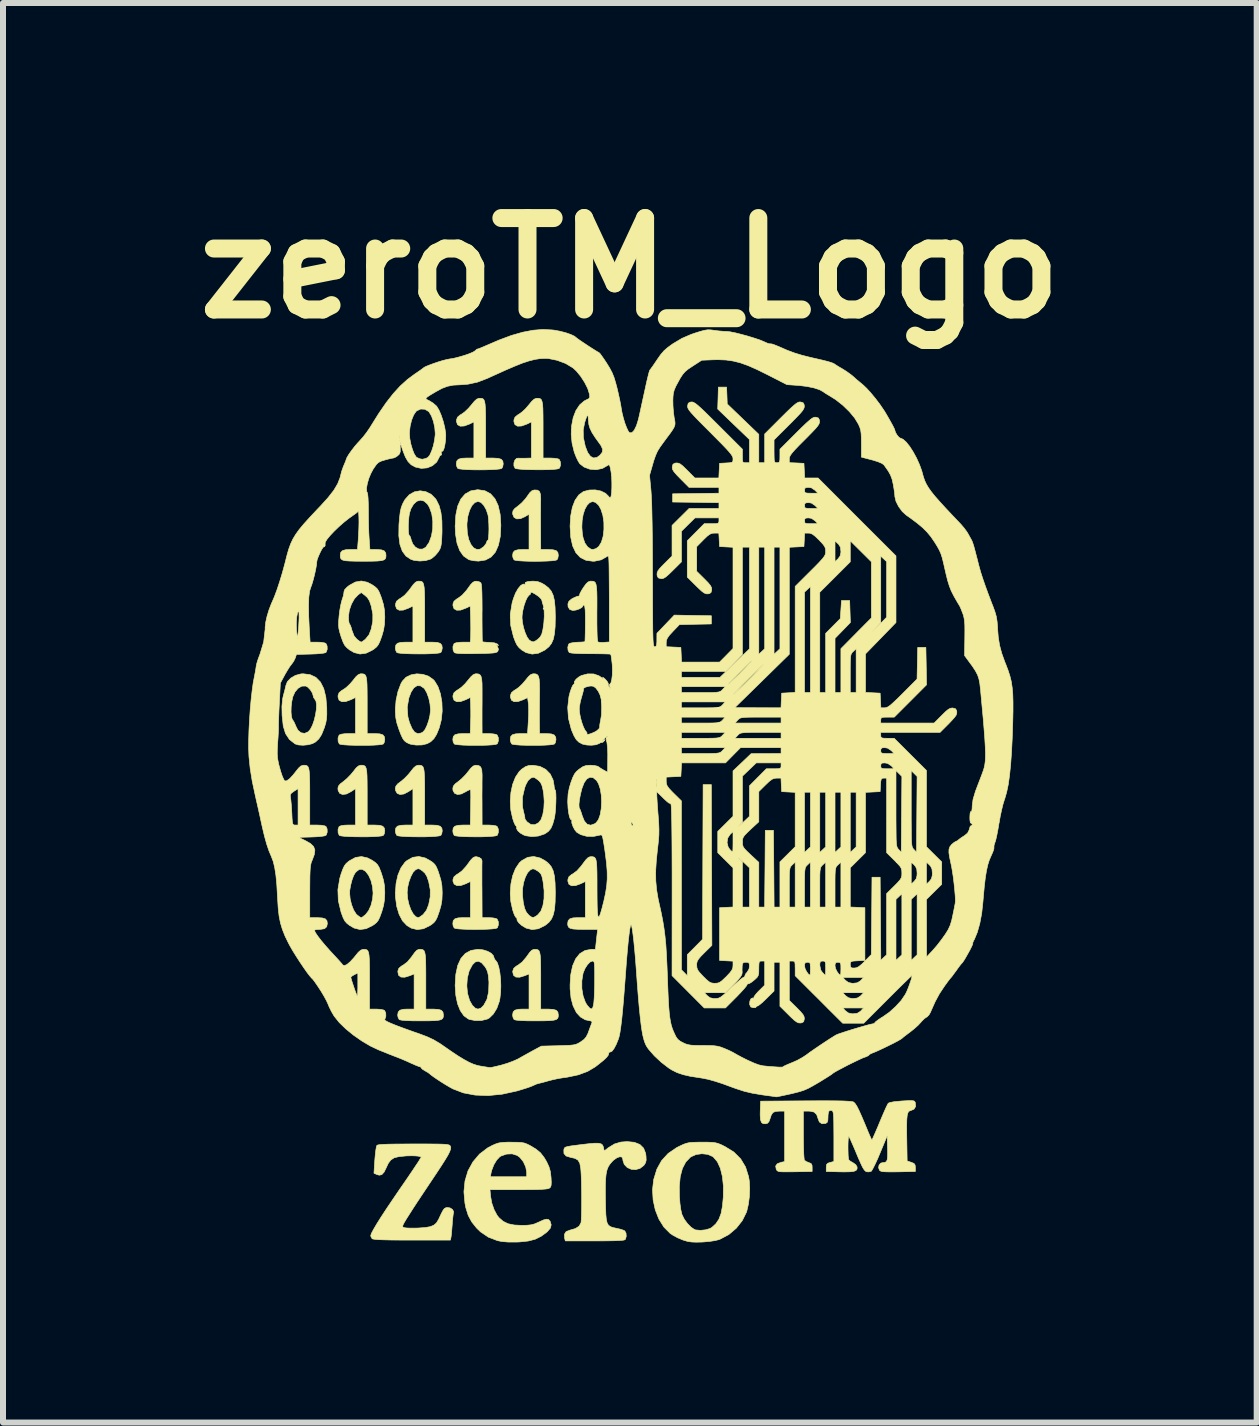
<source format=kicad_pcb>
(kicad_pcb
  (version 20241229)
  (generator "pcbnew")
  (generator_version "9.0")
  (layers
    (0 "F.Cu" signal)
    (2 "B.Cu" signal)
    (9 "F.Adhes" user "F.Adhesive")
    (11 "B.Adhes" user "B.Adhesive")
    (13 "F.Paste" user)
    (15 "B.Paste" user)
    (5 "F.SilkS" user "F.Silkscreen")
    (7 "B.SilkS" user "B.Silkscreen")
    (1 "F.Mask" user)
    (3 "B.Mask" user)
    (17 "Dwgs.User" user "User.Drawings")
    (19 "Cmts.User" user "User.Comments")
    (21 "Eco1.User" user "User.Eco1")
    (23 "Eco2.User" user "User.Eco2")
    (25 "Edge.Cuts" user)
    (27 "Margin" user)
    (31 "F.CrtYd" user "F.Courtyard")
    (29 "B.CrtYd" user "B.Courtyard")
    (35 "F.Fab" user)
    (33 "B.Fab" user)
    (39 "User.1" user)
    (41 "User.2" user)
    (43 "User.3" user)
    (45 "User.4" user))
  (footprint "zeroTM_Logo"
    (layer "F.Cu")
    (at 7.446 10.054)
    (property "Reference" "zeroTM_Logo" (at 0 -8.636 0) (layer "F.SilkS") (effects (font (size 1.524 1.524) (thickness 0.3))))
    (attr through_hole)
    (fp_poly (pts (xy -1.426 -2.96) (xy -1.436 -2.95) (xy -1.446 -2.96) (xy -1.436 -2.97) (xy -1.426 -2.96)) (stroke (width 0.01) (type solid)) (fill yes) (layer "F.SilkS"))
    (fp_poly (pts (xy -3.49 -0.351) (xy -3.467 -0.344) (xy -3.449 -0.328) (xy -3.436 -0.298) (xy -3.428 -0.25) (xy -3.423 -0.179) (xy -3.42 -0.08) (xy -3.419 0.049) (xy -3.419 0.17) (xy -3.419 0.645) (xy -3.296 0.645) (xy -3.212 0.649) (xy -3.16 0.665) (xy -3.133 0.696) (xy -3.126 0.742) (xy -3.135 0.79) (xy -3.15 0.817) (xy -3.178 0.826) (xy -3.237 0.833) (xy -3.32 0.838) (xy -3.418 0.841) (xy -3.523 0.841) (xy -3.628 0.84) (xy -3.724 0.837) (xy -3.805 0.832) (xy -3.861 0.825) (xy -3.884 0.817) (xy -3.902 0.78) (xy -3.908 0.742) (xy -3.9 0.694) (xy -3.873 0.664) (xy -3.819 0.649) (xy -3.738 0.645) (xy -3.615 0.645) (xy -3.615 0.038) (xy -3.688 0.087) (xy -3.764 0.127) (xy -3.829 0.136) (xy -3.877 0.117) (xy -3.904 0.07) (xy -3.908 0.036) (xy -3.899 -0.003) (xy -3.869 -0.041) (xy -3.82 -0.078) (xy -3.759 -0.128) (xy -3.695 -0.194) (xy -3.653 -0.245) (xy -3.605 -0.306) (xy -3.567 -0.339) (xy -3.532 -0.351) (xy -3.52 -0.352) (xy -3.49 -0.351)) (stroke (width 0.01) (type solid)) (fill yes) (layer "F.SilkS"))
    (fp_poly (pts (xy -3.49 -3.418) (xy -3.466 -3.412) (xy -3.449 -3.396) (xy -3.437 -3.366) (xy -3.428 -3.318) (xy -3.423 -3.248) (xy -3.42 -3.151) (xy -3.419 -3.022) (xy -3.419 -2.888) (xy -3.419 -2.403) (xy -3.296 -2.403) (xy -3.212 -2.399) (xy -3.16 -2.383) (xy -3.133 -2.352) (xy -3.126 -2.306) (xy -3.135 -2.258) (xy -3.15 -2.231) (xy -3.178 -2.222) (xy -3.237 -2.215) (xy -3.32 -2.21) (xy -3.418 -2.207) (xy -3.523 -2.207) (xy -3.628 -2.208) (xy -3.724 -2.211) (xy -3.805 -2.216) (xy -3.861 -2.223) (xy -3.884 -2.231) (xy -3.902 -2.268) (xy -3.908 -2.306) (xy -3.9 -2.354) (xy -3.873 -2.384) (xy -3.819 -2.399) (xy -3.738 -2.403) (xy -3.615 -2.403) (xy -3.615 -3.005) (xy -3.692 -2.968) (xy -3.777 -2.937) (xy -3.843 -2.935) (xy -3.887 -2.96) (xy -3.905 -3.011) (xy -3.904 -3.041) (xy -3.888 -3.085) (xy -3.844 -3.121) (xy -3.82 -3.135) (xy -3.753 -3.185) (xy -3.682 -3.264) (xy -3.658 -3.297) (xy -3.61 -3.362) (xy -3.573 -3.4) (xy -3.542 -3.417) (xy -3.519 -3.419) (xy -3.49 -3.418)) (stroke (width 0.01) (type solid)) (fill yes) (layer "F.SilkS"))
    (fp_poly (pts (xy -2.473 -6.466) (xy -2.45 -6.46) (xy -2.433 -6.443) (xy -2.42 -6.413) (xy -2.412 -6.365) (xy -2.407 -6.293) (xy -2.404 -6.195) (xy -2.403 -6.065) (xy -2.403 -5.946) (xy -2.403 -5.471) (xy -2.28 -5.471) (xy -2.196 -5.466) (xy -2.144 -5.451) (xy -2.117 -5.42) (xy -2.11 -5.373) (xy -2.119 -5.325) (xy -2.134 -5.299) (xy -2.162 -5.29) (xy -2.221 -5.283) (xy -2.304 -5.278) (xy -2.402 -5.275) (xy -2.507 -5.274) (xy -2.612 -5.275) (xy -2.708 -5.278) (xy -2.789 -5.284) (xy -2.845 -5.291) (xy -2.868 -5.299) (xy -2.886 -5.335) (xy -2.892 -5.373) (xy -2.884 -5.421) (xy -2.857 -5.451) (xy -2.803 -5.467) (xy -2.722 -5.471) (xy -2.599 -5.471) (xy -2.599 -6.073) (xy -2.676 -6.036) (xy -2.761 -6.005) (xy -2.827 -6.002) (xy -2.871 -6.027) (xy -2.889 -6.078) (xy -2.888 -6.108) (xy -2.872 -6.152) (xy -2.828 -6.189) (xy -2.805 -6.202) (xy -2.752 -6.24) (xy -2.692 -6.297) (xy -2.642 -6.355) (xy -2.591 -6.417) (xy -2.552 -6.452) (xy -2.518 -6.466) (xy -2.503 -6.467) (xy -2.473 -6.466)) (stroke (width 0.01) (type solid)) (fill yes) (layer "F.SilkS"))
    (fp_poly (pts (xy -1.539 -4.936) (xy -1.505 -4.913) (xy -1.489 -4.864) (xy -1.485 -4.784) (xy -1.486 -4.769) (xy -1.487 -4.706) (xy -1.487 -4.613) (xy -1.488 -4.501) (xy -1.487 -4.379) (xy -1.487 -4.294) (xy -1.485 -3.947) (xy -1.362 -3.947) (xy -1.278 -3.942) (xy -1.225 -3.927) (xy -1.199 -3.896) (xy -1.192 -3.849) (xy -1.2 -3.801) (xy -1.215 -3.775) (xy -1.244 -3.766) (xy -1.303 -3.759) (xy -1.385 -3.754) (xy -1.483 -3.751) (xy -1.587 -3.75) (xy -1.69 -3.751) (xy -1.784 -3.755) (xy -1.861 -3.76) (xy -1.913 -3.768) (xy -1.93 -3.775) (xy -1.948 -3.811) (xy -1.954 -3.849) (xy -1.945 -3.899) (xy -1.916 -3.929) (xy -1.859 -3.944) (xy -1.794 -3.947) (xy -1.68 -3.947) (xy -1.68 -4.536) (xy -1.746 -4.495) (xy -1.822 -4.461) (xy -1.885 -4.457) (xy -1.93 -4.482) (xy -1.952 -4.534) (xy -1.954 -4.555) (xy -1.946 -4.595) (xy -1.916 -4.632) (xy -1.864 -4.671) (xy -1.802 -4.724) (xy -1.74 -4.792) (xy -1.71 -4.833) (xy -1.666 -4.895) (xy -1.629 -4.928) (xy -1.592 -4.939) (xy -1.539 -4.936)) (stroke (width 0.01) (type solid)) (fill yes) (layer "F.SilkS"))
    (fp_poly (pts (xy -4.447 -0.351) (xy -4.424 -0.344) (xy -4.406 -0.328) (xy -4.394 -0.298) (xy -4.385 -0.25) (xy -4.38 -0.179) (xy -4.378 -0.08) (xy -4.377 0.049) (xy -4.377 0.17) (xy -4.377 0.645) (xy -4.254 0.645) (xy -4.169 0.649) (xy -4.117 0.665) (xy -4.091 0.696) (xy -4.084 0.742) (xy -4.092 0.79) (xy -4.107 0.817) (xy -4.135 0.826) (xy -4.195 0.833) (xy -4.277 0.838) (xy -4.375 0.841) (xy -4.48 0.841) (xy -4.585 0.84) (xy -4.682 0.837) (xy -4.762 0.832) (xy -4.818 0.825) (xy -4.842 0.817) (xy -4.861 0.774) (xy -4.863 0.719) (xy -4.846 0.673) (xy -4.842 0.668) (xy -4.81 0.655) (xy -4.751 0.647) (xy -4.695 0.645) (xy -4.572 0.645) (xy -4.572 0.038) (xy -4.645 0.087) (xy -4.721 0.127) (xy -4.786 0.136) (xy -4.835 0.117) (xy -4.861 0.07) (xy -4.865 0.036) (xy -4.857 -0.003) (xy -4.826 -0.041) (xy -4.777 -0.078) (xy -4.717 -0.128) (xy -4.652 -0.194) (xy -4.61 -0.245) (xy -4.562 -0.306) (xy -4.524 -0.339) (xy -4.489 -0.351) (xy -4.478 -0.352) (xy -4.447 -0.351)) (stroke (width 0.01) (type solid)) (fill yes) (layer "F.SilkS"))
    (fp_poly (pts (xy -4.447 -1.874) (xy -4.424 -1.868) (xy -4.406 -1.852) (xy -4.394 -1.822) (xy -4.385 -1.773) (xy -4.38 -1.702) (xy -4.378 -1.603) (xy -4.377 -1.473) (xy -4.377 -1.354) (xy -4.377 -0.879) (xy -4.254 -0.879) (xy -4.169 -0.875) (xy -4.117 -0.859) (xy -4.091 -0.828) (xy -4.084 -0.782) (xy -4.092 -0.734) (xy -4.107 -0.707) (xy -4.135 -0.698) (xy -4.195 -0.691) (xy -4.277 -0.686) (xy -4.375 -0.683) (xy -4.48 -0.683) (xy -4.585 -0.684) (xy -4.682 -0.687) (xy -4.762 -0.692) (xy -4.818 -0.699) (xy -4.842 -0.707) (xy -4.861 -0.75) (xy -4.863 -0.805) (xy -4.846 -0.851) (xy -4.842 -0.856) (xy -4.81 -0.869) (xy -4.751 -0.877) (xy -4.695 -0.879) (xy -4.572 -0.879) (xy -4.572 -1.481) (xy -4.649 -1.444) (xy -4.735 -1.413) (xy -4.801 -1.411) (xy -4.845 -1.436) (xy -4.863 -1.487) (xy -4.862 -1.517) (xy -4.845 -1.561) (xy -4.801 -1.598) (xy -4.778 -1.611) (xy -4.725 -1.648) (xy -4.665 -1.705) (xy -4.615 -1.763) (xy -4.565 -1.826) (xy -4.526 -1.861) (xy -4.491 -1.875) (xy -4.477 -1.876) (xy -4.447 -1.874)) (stroke (width 0.01) (type solid)) (fill yes) (layer "F.SilkS"))
    (fp_poly (pts (xy -3.47 2.717) (xy -3.447 2.724) (xy -3.429 2.74) (xy -3.417 2.77) (xy -3.408 2.819) (xy -3.403 2.89) (xy -3.401 2.988) (xy -3.4 3.118) (xy -3.4 3.238) (xy -3.4 3.712) (xy -3.277 3.712) (xy -3.192 3.717) (xy -3.14 3.732) (xy -3.114 3.763) (xy -3.107 3.81) (xy -3.109 3.844) (xy -3.119 3.868) (xy -3.142 3.886) (xy -3.182 3.897) (xy -3.246 3.904) (xy -3.338 3.907) (xy -3.463 3.908) (xy -3.488 3.908) (xy -3.628 3.907) (xy -3.731 3.903) (xy -3.8 3.897) (xy -3.838 3.889) (xy -3.845 3.884) (xy -3.863 3.848) (xy -3.869 3.81) (xy -3.86 3.76) (xy -3.831 3.73) (xy -3.774 3.715) (xy -3.708 3.712) (xy -3.595 3.712) (xy -3.595 3.126) (xy -3.666 3.155) (xy -3.751 3.181) (xy -3.815 3.178) (xy -3.854 3.148) (xy -3.866 3.091) (xy -3.865 3.075) (xy -3.849 3.031) (xy -3.806 2.995) (xy -3.781 2.981) (xy -3.707 2.926) (xy -3.635 2.839) (xy -3.628 2.828) (xy -3.583 2.766) (xy -3.549 2.731) (xy -3.516 2.717) (xy -3.5 2.716) (xy -3.47 2.717)) (stroke (width 0.01) (type solid)) (fill yes) (layer "F.SilkS"))
    (fp_poly (pts (xy -2.51 1.184) (xy -2.473 1.211) (xy -2.463 1.244) (xy -2.464 1.267) (xy -2.465 1.324) (xy -2.465 1.409) (xy -2.465 1.516) (xy -2.465 1.639) (xy -2.464 1.724) (xy -2.462 2.188) (xy -2.349 2.188) (xy -2.283 2.192) (xy -2.232 2.202) (xy -2.212 2.212) (xy -2.192 2.254) (xy -2.191 2.309) (xy -2.207 2.355) (xy -2.212 2.36) (xy -2.24 2.369) (xy -2.299 2.376) (xy -2.382 2.381) (xy -2.479 2.384) (xy -2.583 2.385) (xy -2.686 2.384) (xy -2.781 2.38) (xy -2.858 2.375) (xy -2.909 2.367) (xy -2.927 2.36) (xy -2.945 2.324) (xy -2.95 2.286) (xy -2.943 2.238) (xy -2.915 2.208) (xy -2.862 2.192) (xy -2.78 2.188) (xy -2.657 2.188) (xy -2.657 1.586) (xy -2.734 1.623) (xy -2.817 1.653) (xy -2.883 1.654) (xy -2.928 1.629) (xy -2.948 1.58) (xy -2.947 1.551) (xy -2.93 1.507) (xy -2.887 1.47) (xy -2.863 1.457) (xy -2.796 1.407) (xy -2.724 1.327) (xy -2.7 1.294) (xy -2.653 1.23) (xy -2.617 1.192) (xy -2.585 1.175) (xy -2.56 1.172) (xy -2.51 1.184)) (stroke (width 0.01) (type solid)) (fill yes) (layer "F.SilkS"))
    (fp_poly (pts (xy -1.555 2.717) (xy -1.532 2.724) (xy -1.514 2.74) (xy -1.502 2.77) (xy -1.493 2.819) (xy -1.488 2.89) (xy -1.486 2.988) (xy -1.485 3.118) (xy -1.485 3.238) (xy -1.485 3.712) (xy -1.362 3.712) (xy -1.278 3.717) (xy -1.225 3.732) (xy -1.199 3.763) (xy -1.192 3.81) (xy -1.194 3.844) (xy -1.204 3.868) (xy -1.227 3.886) (xy -1.268 3.897) (xy -1.331 3.904) (xy -1.423 3.907) (xy -1.548 3.908) (xy -1.573 3.908) (xy -1.713 3.907) (xy -1.816 3.903) (xy -1.886 3.897) (xy -1.923 3.889) (xy -1.93 3.884) (xy -1.948 3.848) (xy -1.954 3.81) (xy -1.945 3.76) (xy -1.916 3.73) (xy -1.859 3.715) (xy -1.794 3.712) (xy -1.68 3.712) (xy -1.68 3.126) (xy -1.751 3.155) (xy -1.837 3.181) (xy -1.9 3.178) (xy -1.939 3.148) (xy -1.952 3.091) (xy -1.95 3.075) (xy -1.934 3.031) (xy -1.891 2.995) (xy -1.866 2.981) (xy -1.793 2.926) (xy -1.72 2.839) (xy -1.713 2.828) (xy -1.668 2.766) (xy -1.634 2.731) (xy -1.602 2.717) (xy -1.585 2.716) (xy -1.555 2.717)) (stroke (width 0.01) (type solid)) (fill yes) (layer "F.SilkS"))
    (fp_poly (pts (xy -1.516 -6.466) (xy -1.493 -6.46) (xy -1.475 -6.443) (xy -1.463 -6.413) (xy -1.454 -6.365) (xy -1.449 -6.293) (xy -1.447 -6.195) (xy -1.446 -6.065) (xy -1.446 -5.946) (xy -1.446 -5.471) (xy -1.323 -5.471) (xy -1.252 -5.467) (xy -1.198 -5.458) (xy -1.176 -5.447) (xy -1.157 -5.405) (xy -1.155 -5.351) (xy -1.171 -5.306) (xy -1.18 -5.297) (xy -1.209 -5.289) (xy -1.269 -5.282) (xy -1.352 -5.278) (xy -1.45 -5.276) (xy -1.555 -5.276) (xy -1.66 -5.277) (xy -1.755 -5.28) (xy -1.835 -5.286) (xy -1.89 -5.293) (xy -1.912 -5.3) (xy -1.932 -5.34) (xy -1.932 -5.39) (xy -1.916 -5.436) (xy -1.888 -5.465) (xy -1.863 -5.469) (xy -1.835 -5.468) (xy -1.783 -5.468) (xy -1.744 -5.468) (xy -1.641 -5.471) (xy -1.641 -6.073) (xy -1.718 -6.036) (xy -1.804 -6.005) (xy -1.87 -6.002) (xy -1.914 -6.027) (xy -1.932 -6.078) (xy -1.931 -6.108) (xy -1.914 -6.152) (xy -1.87 -6.189) (xy -1.847 -6.202) (xy -1.795 -6.24) (xy -1.734 -6.297) (xy -1.685 -6.355) (xy -1.634 -6.417) (xy -1.595 -6.452) (xy -1.56 -6.466) (xy -1.546 -6.467) (xy -1.516 -6.466)) (stroke (width 0.01) (type solid)) (fill yes) (layer "F.SilkS"))
    (fp_poly (pts (xy -1.566 -1.873) (xy -1.54 -1.86) (xy -1.522 -1.833) (xy -1.511 -1.786) (xy -1.506 -1.714) (xy -1.504 -1.611) (xy -1.505 -1.53) (xy -1.506 -1.408) (xy -1.507 -1.282) (xy -1.507 -1.165) (xy -1.507 -1.071) (xy -1.507 -1.06) (xy -1.504 -0.879) (xy -1.391 -0.879) (xy -1.31 -0.874) (xy -1.26 -0.856) (xy -1.236 -0.821) (xy -1.231 -0.782) (xy -1.239 -0.734) (xy -1.254 -0.707) (xy -1.283 -0.698) (xy -1.342 -0.691) (xy -1.424 -0.686) (xy -1.522 -0.683) (xy -1.626 -0.683) (xy -1.729 -0.684) (xy -1.823 -0.687) (xy -1.9 -0.693) (xy -1.952 -0.7) (xy -1.969 -0.707) (xy -1.988 -0.744) (xy -1.993 -0.782) (xy -1.985 -0.83) (xy -1.957 -0.86) (xy -1.903 -0.875) (xy -1.826 -0.879) (xy -1.705 -0.879) (xy -1.692 -1.081) (xy -1.687 -1.179) (xy -1.686 -1.274) (xy -1.688 -1.352) (xy -1.691 -1.381) (xy -1.704 -1.479) (xy -1.779 -1.443) (xy -1.864 -1.413) (xy -1.929 -1.411) (xy -1.973 -1.436) (xy -1.99 -1.488) (xy -1.989 -1.517) (xy -1.973 -1.561) (xy -1.929 -1.598) (xy -1.906 -1.611) (xy -1.853 -1.648) (xy -1.793 -1.705) (xy -1.743 -1.763) (xy -1.693 -1.825) (xy -1.655 -1.86) (xy -1.62 -1.874) (xy -1.603 -1.876) (xy -1.566 -1.873)) (stroke (width 0.01) (type solid)) (fill yes) (layer "F.SilkS"))
    (fp_poly (pts (xy -2.524 -1.873) (xy -2.498 -1.86) (xy -2.48 -1.833) (xy -2.469 -1.786) (xy -2.463 -1.714) (xy -2.462 -1.612) (xy -2.462 -1.531) (xy -2.462 -1.409) (xy -2.463 -1.282) (xy -2.463 -1.165) (xy -2.463 -1.072) (xy -2.463 -1.06) (xy -2.462 -0.879) (xy -2.349 -0.879) (xy -2.283 -0.875) (xy -2.232 -0.866) (xy -2.212 -0.856) (xy -2.192 -0.813) (xy -2.191 -0.758) (xy -2.207 -0.712) (xy -2.212 -0.707) (xy -2.24 -0.698) (xy -2.299 -0.691) (xy -2.382 -0.686) (xy -2.479 -0.683) (xy -2.583 -0.683) (xy -2.686 -0.684) (xy -2.781 -0.687) (xy -2.858 -0.693) (xy -2.909 -0.7) (xy -2.927 -0.707) (xy -2.945 -0.744) (xy -2.95 -0.782) (xy -2.942 -0.83) (xy -2.915 -0.86) (xy -2.861 -0.875) (xy -2.782 -0.879) (xy -2.66 -0.879) (xy -2.654 -1.06) (xy -2.651 -1.158) (xy -2.651 -1.259) (xy -2.653 -1.343) (xy -2.653 -1.361) (xy -2.659 -1.481) (xy -2.735 -1.444) (xy -2.82 -1.413) (xy -2.886 -1.411) (xy -2.93 -1.436) (xy -2.948 -1.487) (xy -2.947 -1.517) (xy -2.93 -1.561) (xy -2.886 -1.598) (xy -2.863 -1.611) (xy -2.811 -1.648) (xy -2.75 -1.705) (xy -2.701 -1.763) (xy -2.65 -1.825) (xy -2.612 -1.86) (xy -2.578 -1.874) (xy -2.561 -1.876) (xy -2.524 -1.873)) (stroke (width 0.01) (type solid)) (fill yes) (layer "F.SilkS"))
    (fp_poly (pts (xy -2.515 -0.345) (xy -2.485 -0.322) (xy -2.468 -0.275) (xy -2.462 -0.199) (xy -2.462 -0.143) (xy -2.463 -0.068) (xy -2.463 0.034) (xy -2.464 0.152) (xy -2.463 0.276) (xy -2.463 0.327) (xy -2.462 0.645) (xy -2.349 0.645) (xy -2.283 0.649) (xy -2.232 0.658) (xy -2.212 0.668) (xy -2.192 0.711) (xy -2.191 0.766) (xy -2.207 0.812) (xy -2.212 0.817) (xy -2.24 0.826) (xy -2.299 0.833) (xy -2.382 0.838) (xy -2.479 0.841) (xy -2.583 0.841) (xy -2.686 0.84) (xy -2.781 0.837) (xy -2.858 0.831) (xy -2.909 0.824) (xy -2.927 0.817) (xy -2.945 0.78) (xy -2.95 0.742) (xy -2.943 0.694) (xy -2.915 0.664) (xy -2.861 0.649) (xy -2.781 0.645) (xy -2.659 0.645) (xy -2.653 0.361) (xy -2.652 0.259) (xy -2.651 0.171) (xy -2.652 0.103) (xy -2.653 0.064) (xy -2.654 0.059) (xy -2.672 0.057) (xy -2.71 0.075) (xy -2.732 0.088) (xy -2.808 0.127) (xy -2.872 0.136) (xy -2.92 0.116) (xy -2.947 0.069) (xy -2.95 0.036) (xy -2.942 -0.003) (xy -2.911 -0.041) (xy -2.862 -0.078) (xy -2.802 -0.128) (xy -2.737 -0.194) (xy -2.696 -0.245) (xy -2.648 -0.305) (xy -2.611 -0.338) (xy -2.576 -0.351) (xy -2.561 -0.352) (xy -2.515 -0.345)) (stroke (width 0.01) (type solid)) (fill yes) (layer "F.SilkS"))
    (fp_poly (pts (xy -2.445 2.725) (xy -2.369 2.749) (xy -2.308 2.784) (xy -2.272 2.825) (xy -2.266 2.849) (xy -2.252 2.884) (xy -2.237 2.899) (xy -2.208 2.94) (xy -2.184 3.012) (xy -2.166 3.106) (xy -2.154 3.214) (xy -2.15 3.327) (xy -2.154 3.439) (xy -2.166 3.54) (xy -2.176 3.586) (xy -2.217 3.7) (xy -2.274 3.793) (xy -2.34 3.858) (xy -2.376 3.878) (xy -2.469 3.901) (xy -2.574 3.903) (xy -2.67 3.885) (xy -2.691 3.877) (xy -2.765 3.824) (xy -2.825 3.738) (xy -2.871 3.623) (xy -2.9 3.484) (xy -2.911 3.324) (xy -2.911 3.323) (xy -2.717 3.323) (xy -2.705 3.452) (xy -2.67 3.569) (xy -2.625 3.649) (xy -2.574 3.698) (xy -2.53 3.712) (xy -2.48 3.694) (xy -2.435 3.649) (xy -2.381 3.549) (xy -2.353 3.422) (xy -2.348 3.267) (xy -2.35 3.239) (xy -2.358 3.152) (xy -2.371 3.09) (xy -2.392 3.04) (xy -2.417 3.001) (xy -2.473 2.938) (xy -2.526 2.914) (xy -2.578 2.928) (xy -2.624 2.974) (xy -2.677 3.073) (xy -2.708 3.193) (xy -2.717 3.323) (xy -2.911 3.323) (xy -2.911 3.312) (xy -2.9 3.132) (xy -2.868 2.984) (xy -2.815 2.868) (xy -2.741 2.784) (xy -2.647 2.734) (xy -2.532 2.716) (xy -2.529 2.716) (xy -2.445 2.725)) (stroke (width 0.01) (type solid)) (fill yes) (layer "F.SilkS"))
    (fp_poly (pts (xy -3.451 -1.867) (xy -3.356 -1.836) (xy -3.276 -1.779) (xy -3.256 -1.758) (xy -3.198 -1.663) (xy -3.156 -1.541) (xy -3.132 -1.402) (xy -3.127 -1.254) (xy -3.142 -1.108) (xy -3.177 -0.973) (xy -3.22 -0.868) (xy -3.265 -0.795) (xy -3.318 -0.744) (xy -3.378 -0.711) (xy -3.464 -0.69) (xy -3.563 -0.688) (xy -3.656 -0.703) (xy -3.684 -0.713) (xy -3.726 -0.735) (xy -3.758 -0.761) (xy -3.786 -0.801) (xy -3.814 -0.861) (xy -3.848 -0.95) (xy -3.85 -0.956) (xy -3.882 -1.054) (xy -3.9 -1.139) (xy -3.907 -1.231) (xy -3.908 -1.278) (xy -3.905 -1.317) (xy -3.71 -1.317) (xy -3.699 -1.16) (xy -3.673 -1.064) (xy -3.631 -0.965) (xy -3.586 -0.903) (xy -3.535 -0.878) (xy -3.478 -0.889) (xy -3.445 -0.908) (xy -3.412 -0.948) (xy -3.38 -1.015) (xy -3.351 -1.098) (xy -3.331 -1.186) (xy -3.322 -1.268) (xy -3.322 -1.276) (xy -3.33 -1.372) (xy -3.351 -1.47) (xy -3.383 -1.558) (xy -3.42 -1.623) (xy -3.43 -1.635) (xy -3.489 -1.675) (xy -3.546 -1.677) (xy -3.599 -1.642) (xy -3.645 -1.572) (xy -3.682 -1.476) (xy -3.71 -1.317) (xy -3.905 -1.317) (xy -3.896 -1.433) (xy -3.864 -1.581) (xy -3.815 -1.71) (xy -3.791 -1.753) (xy -3.73 -1.818) (xy -3.647 -1.858) (xy -3.551 -1.875) (xy -3.451 -1.867)) (stroke (width 0.01) (type solid)) (fill yes) (layer "F.SilkS"))
    (fp_poly (pts (xy -2.416 -4.926) (xy -2.322 -4.876) (xy -2.248 -4.793) (xy -2.194 -4.678) (xy -2.161 -4.531) (xy -2.15 -4.352) (xy -2.15 -4.346) (xy -2.159 -4.165) (xy -2.19 -4.018) (xy -2.24 -3.904) (xy -2.312 -3.822) (xy -2.405 -3.772) (xy -2.519 -3.754) (xy -2.53 -3.754) (xy -2.603 -3.76) (xy -2.67 -3.774) (xy -2.69 -3.782) (xy -2.772 -3.839) (xy -2.835 -3.929) (xy -2.88 -4.051) (xy -2.905 -4.204) (xy -2.911 -4.338) (xy -2.91 -4.343) (xy -2.715 -4.343) (xy -2.708 -4.219) (xy -2.685 -4.114) (xy -2.649 -4.032) (xy -2.604 -3.975) (xy -2.552 -3.948) (xy -2.496 -3.952) (xy -2.437 -3.993) (xy -2.432 -3.998) (xy -2.399 -4.04) (xy -2.384 -4.075) (xy -2.384 -4.078) (xy -2.376 -4.097) (xy -2.369 -4.096) (xy -2.36 -4.108) (xy -2.354 -4.151) (xy -2.35 -4.214) (xy -2.348 -4.29) (xy -2.35 -4.37) (xy -2.354 -4.445) (xy -2.361 -4.506) (xy -2.364 -4.523) (xy -2.393 -4.61) (xy -2.434 -4.682) (xy -2.482 -4.731) (xy -2.53 -4.748) (xy -2.584 -4.729) (xy -2.632 -4.678) (xy -2.671 -4.6) (xy -2.7 -4.5) (xy -2.714 -4.386) (xy -2.715 -4.343) (xy -2.91 -4.343) (xy -2.9 -4.52) (xy -2.869 -4.67) (xy -2.817 -4.787) (xy -2.744 -4.872) (xy -2.651 -4.924) (xy -2.538 -4.943) (xy -2.53 -4.943) (xy -2.416 -4.926)) (stroke (width 0.01) (type solid)) (fill yes) (layer "F.SilkS"))
    (fp_poly (pts (xy -3.411 1.193) (xy -3.332 1.236) (xy -3.282 1.27) (xy -3.248 1.304) (xy -3.222 1.347) (xy -3.196 1.411) (xy -3.181 1.456) (xy -3.149 1.562) (xy -3.132 1.657) (xy -3.127 1.766) (xy -3.127 1.778) (xy -3.131 1.889) (xy -3.147 1.985) (xy -3.177 2.089) (xy -3.181 2.1) (xy -3.209 2.179) (xy -3.235 2.232) (xy -3.264 2.269) (xy -3.304 2.302) (xy -3.332 2.32) (xy -3.44 2.373) (xy -3.544 2.387) (xy -3.644 2.362) (xy -3.715 2.319) (xy -3.788 2.242) (xy -3.845 2.133) (xy -3.885 2) (xy -3.905 1.849) (xy -3.907 1.778) (xy -3.906 1.768) (xy -3.711 1.768) (xy -3.704 1.867) (xy -3.682 1.965) (xy -3.65 2.054) (xy -3.61 2.126) (xy -3.566 2.173) (xy -3.526 2.188) (xy -3.5 2.176) (xy -3.459 2.147) (xy -3.444 2.135) (xy -3.389 2.064) (xy -3.352 1.97) (xy -3.327 1.843) (xy -3.326 1.724) (xy -3.351 1.594) (xy -3.355 1.58) (xy -3.382 1.501) (xy -3.415 1.447) (xy -3.454 1.411) (xy -3.498 1.38) (xy -3.527 1.372) (xy -3.558 1.383) (xy -3.572 1.391) (xy -3.612 1.432) (xy -3.649 1.502) (xy -3.681 1.589) (xy -3.703 1.683) (xy -3.711 1.768) (xy -3.906 1.768) (xy -3.896 1.62) (xy -3.865 1.479) (xy -3.815 1.359) (xy -3.749 1.267) (xy -3.715 1.237) (xy -3.618 1.183) (xy -3.517 1.169) (xy -3.411 1.193)) (stroke (width 0.01) (type solid)) (fill yes) (layer "F.SilkS"))
    (fp_poly (pts (xy -3.399 -4.91) (xy -3.311 -4.866) (xy -3.237 -4.791) (xy -3.225 -4.773) (xy -3.178 -4.677) (xy -3.148 -4.563) (xy -3.132 -4.425) (xy -3.13 -4.257) (xy -3.131 -4.21) (xy -3.136 -4.11) (xy -3.142 -4.041) (xy -3.151 -3.992) (xy -3.165 -3.954) (xy -3.186 -3.918) (xy -3.198 -3.901) (xy -3.246 -3.845) (xy -3.301 -3.799) (xy -3.322 -3.787) (xy -3.404 -3.762) (xy -3.502 -3.755) (xy -3.597 -3.766) (xy -3.647 -3.782) (xy -3.731 -3.837) (xy -3.792 -3.92) (xy -3.832 -4.033) (xy -3.85 -4.176) (xy -3.848 -4.34) (xy -3.692 -4.34) (xy -3.691 -4.269) (xy -3.687 -4.214) (xy -3.679 -4.184) (xy -3.675 -4.181) (xy -3.661 -4.164) (xy -3.647 -4.122) (xy -3.646 -4.115) (xy -3.618 -4.04) (xy -3.572 -3.985) (xy -3.516 -3.955) (xy -3.457 -3.953) (xy -3.402 -3.983) (xy -3.401 -3.984) (xy -3.345 -4.066) (xy -3.306 -4.172) (xy -3.285 -4.293) (xy -3.284 -4.42) (xy -3.301 -4.541) (xy -3.339 -4.648) (xy -3.372 -4.703) (xy -3.429 -4.754) (xy -3.49 -4.769) (xy -3.55 -4.751) (xy -3.604 -4.702) (xy -3.649 -4.625) (xy -3.672 -4.552) (xy -3.682 -4.491) (xy -3.688 -4.418) (xy -3.692 -4.34) (xy -3.848 -4.34) (xy -3.848 -4.351) (xy -3.847 -4.367) (xy -3.837 -4.486) (xy -3.826 -4.576) (xy -3.81 -4.645) (xy -3.788 -4.704) (xy -3.758 -4.761) (xy -3.744 -4.783) (xy -3.674 -4.861) (xy -3.589 -4.908) (xy -3.494 -4.925) (xy -3.399 -4.91)) (stroke (width 0.01) (type solid)) (fill yes) (layer "F.SilkS"))
    (fp_poly (pts (xy -5.327 -1.861) (xy -5.231 -1.815) (xy -5.156 -1.738) (xy -5.101 -1.629) (xy -5.066 -1.487) (xy -5.051 -1.312) (xy -5.051 -1.301) (xy -5.05 -1.2) (xy -5.055 -1.123) (xy -5.067 -1.057) (xy -5.088 -0.987) (xy -5.095 -0.967) (xy -5.137 -0.863) (xy -5.184 -0.79) (xy -5.239 -0.739) (xy -5.292 -0.711) (xy -5.363 -0.693) (xy -5.445 -0.685) (xy -5.522 -0.69) (xy -5.578 -0.707) (xy -5.672 -0.78) (xy -5.738 -0.88) (xy -5.776 -1.005) (xy -5.777 -1.016) (xy -5.795 -1.182) (xy -5.796 -1.24) (xy -5.646 -1.24) (xy -5.64 -1.167) (xy -5.627 -1.119) (xy -5.62 -1.11) (xy -5.597 -1.074) (xy -5.573 -1.021) (xy -5.57 -1.011) (xy -5.532 -0.936) (xy -5.48 -0.893) (xy -5.42 -0.883) (xy -5.361 -0.908) (xy -5.324 -0.95) (xy -5.289 -1.018) (xy -5.26 -1.102) (xy -5.238 -1.194) (xy -5.224 -1.284) (xy -5.221 -1.363) (xy -5.231 -1.421) (xy -5.246 -1.446) (xy -5.271 -1.482) (xy -5.275 -1.502) (xy -5.29 -1.554) (xy -5.325 -1.61) (xy -5.369 -1.655) (xy -5.402 -1.672) (xy -5.467 -1.67) (xy -5.529 -1.634) (xy -5.581 -1.572) (xy -5.617 -1.492) (xy -5.634 -1.412) (xy -5.644 -1.325) (xy -5.646 -1.24) (xy -5.796 -1.24) (xy -5.798 -1.332) (xy -5.786 -1.459) (xy -5.773 -1.517) (xy -5.754 -1.587) (xy -5.739 -1.648) (xy -5.733 -1.677) (xy -5.707 -1.745) (xy -5.65 -1.804) (xy -5.573 -1.849) (xy -5.484 -1.873) (xy -5.445 -1.876) (xy -5.327 -1.861)) (stroke (width 0.01) (type solid)) (fill yes) (layer "F.SilkS"))
    (fp_poly (pts (xy -2.512 -3.41) (xy -2.483 -3.392) (xy -2.475 -3.367) (xy -2.469 -3.311) (xy -2.465 -3.222) (xy -2.463 -3.099) (xy -2.462 -2.939) (xy -2.463 -2.892) (xy -2.463 -2.76) (xy -2.462 -2.642) (xy -2.461 -2.542) (xy -2.46 -2.467) (xy -2.458 -2.422) (xy -2.456 -2.41) (xy -2.434 -2.405) (xy -2.384 -2.401) (xy -2.337 -2.399) (xy -2.255 -2.391) (xy -2.208 -2.372) (xy -2.202 -2.367) (xy -2.188 -2.346) (xy -2.202 -2.351) (xy -2.204 -2.353) (xy -2.22 -2.359) (xy -2.213 -2.341) (xy -2.205 -2.327) (xy -2.189 -2.284) (xy -2.2 -2.252) (xy -2.212 -2.239) (xy -2.234 -2.23) (xy -2.27 -2.223) (xy -2.327 -2.219) (xy -2.411 -2.215) (xy -2.526 -2.213) (xy -2.562 -2.212) (xy -2.699 -2.211) (xy -2.8 -2.212) (xy -2.869 -2.216) (xy -2.911 -2.223) (xy -2.926 -2.231) (xy -2.946 -2.273) (xy -2.948 -2.329) (xy -2.931 -2.375) (xy -2.927 -2.38) (xy -2.895 -2.393) (xy -2.837 -2.401) (xy -2.781 -2.403) (xy -2.659 -2.403) (xy -2.653 -2.486) (xy -2.652 -2.541) (xy -2.651 -2.622) (xy -2.652 -2.717) (xy -2.653 -2.787) (xy -2.66 -3.004) (xy -2.736 -2.968) (xy -2.821 -2.937) (xy -2.886 -2.935) (xy -2.93 -2.96) (xy -2.948 -3.011) (xy -2.947 -3.041) (xy -2.93 -3.085) (xy -2.887 -3.121) (xy -2.863 -3.135) (xy -2.796 -3.185) (xy -2.724 -3.264) (xy -2.7 -3.297) (xy -2.653 -3.362) (xy -2.617 -3.399) (xy -2.585 -3.416) (xy -2.56 -3.419) (xy -2.512 -3.41)) (stroke (width 0.01) (type solid)) (fill yes) (layer "F.SilkS"))
    (fp_poly (pts (xy -4.37 1.193) (xy -4.289 1.236) (xy -4.24 1.27) (xy -4.206 1.304) (xy -4.18 1.347) (xy -4.154 1.411) (xy -4.138 1.456) (xy -4.106 1.562) (xy -4.089 1.657) (xy -4.084 1.766) (xy -4.084 1.778) (xy -4.089 1.889) (xy -4.104 1.985) (xy -4.134 2.089) (xy -4.138 2.1) (xy -4.167 2.179) (xy -4.192 2.232) (xy -4.221 2.269) (xy -4.261 2.302) (xy -4.289 2.32) (xy -4.395 2.372) (xy -4.497 2.386) (xy -4.596 2.361) (xy -4.671 2.317) (xy -4.718 2.28) (xy -4.751 2.242) (xy -4.777 2.192) (xy -4.804 2.12) (xy -4.813 2.094) (xy -4.858 1.905) (xy -4.863 1.776) (xy -4.67 1.776) (xy -4.661 1.875) (xy -4.637 1.973) (xy -4.603 2.061) (xy -4.562 2.126) (xy -4.547 2.141) (xy -4.507 2.172) (xy -4.48 2.188) (xy -4.477 2.188) (xy -4.455 2.177) (xy -4.416 2.147) (xy -4.402 2.135) (xy -4.353 2.071) (xy -4.313 1.982) (xy -4.287 1.877) (xy -4.279 1.78) (xy -4.288 1.673) (xy -4.314 1.57) (xy -4.353 1.483) (xy -4.4 1.421) (xy -4.408 1.413) (xy -4.462 1.382) (xy -4.508 1.384) (xy -4.556 1.419) (xy -4.575 1.439) (xy -4.603 1.487) (xy -4.63 1.56) (xy -4.652 1.645) (xy -4.667 1.728) (xy -4.67 1.776) (xy -4.863 1.776) (xy -4.865 1.721) (xy -4.834 1.535) (xy -4.813 1.462) (xy -4.784 1.381) (xy -4.758 1.326) (xy -4.728 1.286) (xy -4.686 1.25) (xy -4.671 1.239) (xy -4.572 1.185) (xy -4.472 1.17) (xy -4.37 1.193)) (stroke (width 0.01) (type solid)) (fill yes) (layer "F.SilkS"))
    (fp_poly (pts (xy -1.497 1.193) (xy -1.417 1.236) (xy -1.356 1.283) (xy -1.31 1.339) (xy -1.278 1.407) (xy -1.257 1.496) (xy -1.246 1.61) (xy -1.242 1.756) (xy -1.242 1.778) (xy -1.245 1.929) (xy -1.255 2.047) (xy -1.275 2.138) (xy -1.305 2.209) (xy -1.349 2.266) (xy -1.408 2.314) (xy -1.417 2.32) (xy -1.525 2.373) (xy -1.629 2.387) (xy -1.729 2.362) (xy -1.801 2.319) (xy -1.852 2.273) (xy -1.878 2.234) (xy -1.88 2.221) (xy -1.884 2.193) (xy -1.894 2.188) (xy -1.909 2.171) (xy -1.93 2.126) (xy -1.952 2.062) (xy -1.953 2.059) (xy -1.984 1.918) (xy -1.991 1.808) (xy -1.79 1.808) (xy -1.789 1.817) (xy -1.775 1.941) (xy -1.754 2.033) (xy -1.724 2.099) (xy -1.682 2.147) (xy -1.674 2.154) (xy -1.636 2.18) (xy -1.604 2.184) (xy -1.565 2.164) (xy -1.534 2.141) (xy -1.483 2.08) (xy -1.449 1.988) (xy -1.43 1.872) (xy -1.429 1.737) (xy -1.446 1.59) (xy -1.449 1.574) (xy -1.464 1.504) (xy -1.483 1.459) (xy -1.513 1.427) (xy -1.54 1.408) (xy -1.586 1.381) (xy -1.617 1.374) (xy -1.649 1.387) (xy -1.659 1.393) (xy -1.703 1.438) (xy -1.741 1.512) (xy -1.771 1.605) (xy -1.788 1.707) (xy -1.79 1.808) (xy -1.991 1.808) (xy -1.993 1.771) (xy -1.982 1.626) (xy -1.953 1.49) (xy -1.906 1.371) (xy -1.845 1.28) (xy -1.387 1.28) (xy -1.377 1.29) (xy -1.368 1.28) (xy -1.377 1.27) (xy -1.387 1.28) (xy -1.845 1.28) (xy -1.843 1.277) (xy -1.801 1.237) (xy -1.703 1.183) (xy -1.602 1.169) (xy -1.497 1.193)) (stroke (width 0.01) (type solid)) (fill yes) (layer "F.SilkS"))
    (fp_poly (pts (xy -1.615 -0.351) (xy -1.5 -0.333) (xy -1.402 -0.283) (xy -1.327 -0.206) (xy -1.279 -0.106) (xy -1.263 -0.015) (xy -1.258 0.032) (xy -1.248 0.057) (xy -1.246 0.059) (xy -1.237 0.077) (xy -1.233 0.125) (xy -1.231 0.194) (xy -1.233 0.276) (xy -1.237 0.361) (xy -1.244 0.442) (xy -1.253 0.508) (xy -1.257 0.528) (xy -1.285 0.629) (xy -1.316 0.7) (xy -1.356 0.749) (xy -1.41 0.787) (xy -1.426 0.795) (xy -1.525 0.828) (xy -1.634 0.837) (xy -1.735 0.823) (xy -1.768 0.811) (xy -1.824 0.779) (xy -1.867 0.74) (xy -1.888 0.704) (xy -1.886 0.685) (xy -1.886 0.666) (xy -1.893 0.664) (xy -1.909 0.647) (xy -1.93 0.602) (xy -1.952 0.538) (xy -1.953 0.535) (xy -1.984 0.394) (xy -1.993 0.247) (xy -1.988 0.184) (xy -1.79 0.184) (xy -1.79 0.338) (xy -1.769 0.433) (xy -1.755 0.487) (xy -1.749 0.524) (xy -1.75 0.532) (xy -1.744 0.551) (xy -1.718 0.585) (xy -1.711 0.593) (xy -1.65 0.636) (xy -1.585 0.64) (xy -1.52 0.606) (xy -1.48 0.554) (xy -1.451 0.472) (xy -1.433 0.369) (xy -1.427 0.252) (xy -1.435 0.132) (xy -1.446 0.062) (xy -1.464 -0.012) (xy -1.486 -0.06) (xy -1.52 -0.098) (xy -1.538 -0.112) (xy -1.582 -0.143) (xy -1.611 -0.152) (xy -1.642 -0.141) (xy -1.657 -0.133) (xy -1.698 -0.094) (xy -1.734 -0.026) (xy -1.752 0.022) (xy -1.79 0.184) (xy -1.988 0.184) (xy -1.982 0.102) (xy -1.953 -0.034) (xy -1.906 -0.153) (xy -1.843 -0.247) (xy -1.801 -0.287) (xy -1.74 -0.328) (xy -1.686 -0.347) (xy -1.616 -0.351) (xy -1.615 -0.351)) (stroke (width 0.01) (type solid)) (fill yes) (layer "F.SilkS"))
    (fp_poly (pts (xy -4.374 -3.401) (xy -4.289 -3.356) (xy -4.24 -3.321) (xy -4.206 -3.288) (xy -4.18 -3.244) (xy -4.154 -3.18) (xy -4.138 -3.136) (xy -4.106 -3.03) (xy -4.089 -2.934) (xy -4.084 -2.826) (xy -4.084 -2.814) (xy -4.089 -2.702) (xy -4.104 -2.606) (xy -4.134 -2.502) (xy -4.138 -2.491) (xy -4.167 -2.412) (xy -4.192 -2.36) (xy -4.221 -2.323) (xy -4.261 -2.29) (xy -4.289 -2.271) (xy -4.395 -2.219) (xy -4.497 -2.205) (xy -4.596 -2.23) (xy -4.671 -2.274) (xy -4.718 -2.313) (xy -4.752 -2.351) (xy -4.778 -2.402) (xy -4.806 -2.477) (xy -4.812 -2.494) (xy -4.835 -2.57) (xy -4.849 -2.63) (xy -4.854 -2.689) (xy -4.852 -2.76) (xy -4.846 -2.829) (xy -4.689 -2.829) (xy -4.686 -2.767) (xy -4.679 -2.722) (xy -4.672 -2.707) (xy -4.657 -2.683) (xy -4.64 -2.634) (xy -4.631 -2.599) (xy -4.595 -2.506) (xy -4.549 -2.452) (xy -4.508 -2.421) (xy -4.48 -2.404) (xy -4.477 -2.403) (xy -4.455 -2.415) (xy -4.416 -2.444) (xy -4.402 -2.457) (xy -4.346 -2.527) (xy -4.31 -2.621) (xy -4.284 -2.748) (xy -4.283 -2.868) (xy -4.308 -2.997) (xy -4.312 -3.011) (xy -4.339 -3.091) (xy -4.373 -3.145) (xy -4.411 -3.18) (xy -4.476 -3.23) (xy -4.529 -3.191) (xy -4.59 -3.126) (xy -4.64 -3.036) (xy -4.675 -2.934) (xy -4.689 -2.832) (xy -4.689 -2.829) (xy -4.846 -2.829) (xy -4.846 -2.833) (xy -4.835 -2.926) (xy -4.819 -3.016) (xy -4.802 -3.087) (xy -4.796 -3.107) (xy -4.776 -3.169) (xy -4.765 -3.223) (xy -4.765 -3.238) (xy -4.753 -3.277) (xy -4.711 -3.321) (xy -4.674 -3.35) (xy -4.574 -3.405) (xy -4.475 -3.422) (xy -4.374 -3.401)) (stroke (width 0.01) (type solid)) (fill yes) (layer "F.SilkS"))
    (fp_poly (pts (xy -1.534 -3.412) (xy -1.468 -3.386) (xy -1.417 -3.356) (xy -1.356 -3.308) (xy -1.31 -3.253) (xy -1.278 -3.184) (xy -1.257 -3.096) (xy -1.246 -2.982) (xy -1.242 -2.836) (xy -1.242 -2.814) (xy -1.245 -2.663) (xy -1.256 -2.545) (xy -1.275 -2.453) (xy -1.306 -2.382) (xy -1.349 -2.326) (xy -1.408 -2.278) (xy -1.417 -2.271) (xy -1.525 -2.218) (xy -1.629 -2.204) (xy -1.73 -2.229) (xy -1.801 -2.272) (xy -1.846 -2.311) (xy -1.88 -2.354) (xy -1.908 -2.411) (xy -1.939 -2.492) (xy -1.985 -2.68) (xy -1.991 -2.811) (xy -1.797 -2.811) (xy -1.79 -2.731) (xy -1.771 -2.642) (xy -1.743 -2.556) (xy -1.711 -2.485) (xy -1.679 -2.441) (xy -1.676 -2.438) (xy -1.636 -2.412) (xy -1.604 -2.408) (xy -1.566 -2.427) (xy -1.533 -2.451) (xy -1.494 -2.489) (xy -1.468 -2.536) (xy -1.45 -2.608) (xy -1.449 -2.612) (xy -1.433 -2.724) (xy -1.426 -2.833) (xy -1.428 -2.929) (xy -1.439 -3.001) (xy -1.443 -3.015) (xy -1.459 -3.064) (xy -1.465 -3.097) (xy -1.48 -3.125) (xy -1.516 -3.161) (xy -1.529 -3.171) (xy -1.579 -3.205) (xy -1.622 -3.228) (xy -1.649 -3.236) (xy -1.652 -3.226) (xy -1.651 -3.225) (xy -1.657 -3.203) (xy -1.679 -3.185) (xy -1.706 -3.154) (xy -1.735 -3.094) (xy -1.762 -3.017) (xy -1.783 -2.932) (xy -1.795 -2.851) (xy -1.797 -2.811) (xy -1.991 -2.811) (xy -1.993 -2.867) (xy -1.962 -3.056) (xy -1.941 -3.127) (xy -1.905 -3.22) (xy -1.862 -3.295) (xy -1.819 -3.347) (xy -1.779 -3.371) (xy -1.754 -3.367) (xy -1.742 -3.367) (xy -1.746 -3.375) (xy -1.743 -3.398) (xy -1.703 -3.412) (xy -1.629 -3.419) (xy -1.605 -3.419) (xy -1.534 -3.412)) (stroke (width 0.01) (type solid)) (fill yes) (layer "F.SilkS"))
    (fp_poly (pts (xy 1.303 5.93) (xy 1.375 5.933) (xy 1.429 5.94) (xy 1.476 5.953) (xy 1.527 5.974) (xy 1.587 6.004) (xy 1.733 6.094) (xy 1.846 6.207) (xy 1.928 6.343) (xy 1.978 6.502) (xy 1.991 6.578) (xy 1.997 6.699) (xy 1.992 6.834) (xy 1.975 6.965) (xy 1.949 7.077) (xy 1.944 7.094) (xy 1.874 7.236) (xy 1.774 7.363) (xy 1.649 7.469) (xy 1.506 7.545) (xy 1.485 7.553) (xy 1.422 7.569) (xy 1.333 7.583) (xy 1.233 7.592) (xy 1.202 7.594) (xy 1.103 7.596) (xy 1.029 7.593) (xy 0.966 7.584) (xy 0.901 7.565) (xy 0.878 7.557) (xy 0.797 7.523) (xy 0.719 7.481) (xy 0.67 7.448) (xy 0.567 7.344) (xy 0.484 7.211) (xy 0.424 7.059) (xy 0.388 6.894) (xy 0.378 6.723) (xy 0.384 6.668) (xy 0.824 6.668) (xy 0.826 6.833) (xy 0.835 6.95) (xy 0.849 7.053) (xy 0.867 7.13) (xy 0.87 7.139) (xy 0.907 7.214) (xy 0.96 7.286) (xy 1.019 7.346) (xy 1.077 7.385) (xy 1.097 7.392) (xy 1.177 7.399) (xy 1.263 7.39) (xy 1.336 7.368) (xy 1.365 7.352) (xy 1.433 7.29) (xy 1.484 7.214) (xy 1.52 7.119) (xy 1.543 6.997) (xy 1.557 6.847) (xy 1.559 6.663) (xy 1.542 6.501) (xy 1.508 6.364) (xy 1.458 6.255) (xy 1.392 6.178) (xy 1.381 6.169) (xy 1.299 6.133) (xy 1.202 6.122) (xy 1.104 6.135) (xy 1.019 6.173) (xy 1.009 6.18) (xy 0.932 6.26) (xy 0.876 6.367) (xy 0.84 6.502) (xy 0.824 6.668) (xy 0.384 6.668) (xy 0.397 6.554) (xy 0.398 6.55) (xy 0.45 6.38) (xy 0.529 6.237) (xy 0.638 6.118) (xy 0.779 6.021) (xy 0.837 5.992) (xy 0.895 5.965) (xy 0.943 5.948) (xy 0.992 5.937) (xy 1.053 5.932) (xy 1.136 5.93) (xy 1.203 5.93) (xy 1.303 5.93)) (stroke (width 0.01) (type solid)) (fill yes) (layer "F.SilkS"))
    (fp_poly (pts (xy -1.877 5.931) (xy -1.809 5.935) (xy -1.758 5.944) (xy -1.713 5.961) (xy -1.668 5.983) (xy -1.566 6.044) (xy -1.489 6.107) (xy -1.428 6.186) (xy -1.387 6.255) (xy -1.348 6.339) (xy -1.325 6.417) (xy -1.314 6.51) (xy -1.313 6.523) (xy -1.309 6.6) (xy -1.312 6.648) (xy -1.321 6.677) (xy -1.339 6.695) (xy -1.36 6.704) (xy -1.399 6.71) (xy -1.46 6.715) (xy -1.548 6.719) (xy -1.665 6.72) (xy -1.816 6.721) (xy -1.853 6.721) (xy -2.331 6.721) (xy -2.32 6.836) (xy -2.3 6.946) (xy -2.262 7.055) (xy -2.213 7.147) (xy -2.182 7.187) (xy -2.111 7.249) (xy -2.029 7.289) (xy -1.926 7.31) (xy -1.806 7.316) (xy -1.714 7.314) (xy -1.647 7.307) (xy -1.591 7.293) (xy -1.533 7.268) (xy -1.521 7.263) (xy -1.443 7.227) (xy -1.39 7.213) (xy -1.355 7.218) (xy -1.332 7.243) (xy -1.329 7.247) (xy -1.311 7.307) (xy -1.324 7.361) (xy -1.373 7.418) (xy -1.381 7.426) (xy -1.477 7.497) (xy -1.578 7.547) (xy -1.695 7.577) (xy -1.837 7.592) (xy -1.885 7.594) (xy -2.025 7.594) (xy -2.134 7.585) (xy -2.207 7.57) (xy -2.358 7.512) (xy -2.487 7.425) (xy -2.554 7.36) (xy -2.635 7.258) (xy -2.693 7.15) (xy -2.733 7.023) (xy -2.748 6.947) (xy -2.765 6.757) (xy -2.747 6.575) (xy -2.726 6.506) (xy -2.324 6.506) (xy -1.719 6.506) (xy -1.719 6.431) (xy -1.735 6.343) (xy -1.775 6.255) (xy -1.833 6.183) (xy -1.876 6.151) (xy -1.961 6.124) (xy -2.055 6.128) (xy -2.144 6.159) (xy -2.169 6.174) (xy -2.219 6.227) (xy -2.266 6.305) (xy -2.301 6.395) (xy -2.313 6.443) (xy -2.324 6.506) (xy -2.726 6.506) (xy -2.697 6.408) (xy -2.615 6.258) (xy -2.505 6.128) (xy -2.367 6.023) (xy -2.289 5.982) (xy -2.233 5.958) (xy -2.182 5.942) (xy -2.124 5.934) (xy -2.047 5.93) (xy -1.973 5.93) (xy -1.877 5.931)) (stroke (width 0.01) (type solid)) (fill yes) (layer "F.SilkS"))
    (fp_poly (pts (xy 0.076 5.932) (xy 0.167 5.968) (xy 0.229 6.029) (xy 0.263 6.116) (xy 0.269 6.161) (xy 0.272 6.228) (xy 0.262 6.272) (xy 0.238 6.31) (xy 0.232 6.318) (xy 0.168 6.367) (xy 0.095 6.387) (xy 0.022 6.381) (xy -0.044 6.351) (xy -0.093 6.3) (xy -0.116 6.231) (xy -0.117 6.212) (xy -0.13 6.179) (xy -0.165 6.172) (xy -0.213 6.188) (xy -0.268 6.226) (xy -0.293 6.25) (xy -0.331 6.294) (xy -0.36 6.339) (xy -0.381 6.393) (xy -0.395 6.459) (xy -0.404 6.544) (xy -0.408 6.654) (xy -0.408 6.795) (xy -0.407 6.882) (xy -0.404 7.026) (xy -0.4 7.135) (xy -0.392 7.216) (xy -0.379 7.273) (xy -0.358 7.311) (xy -0.328 7.335) (xy -0.287 7.351) (xy -0.232 7.363) (xy -0.217 7.366) (xy -0.153 7.381) (xy -0.103 7.398) (xy -0.085 7.408) (xy -0.064 7.445) (xy -0.06 7.497) (xy -0.072 7.543) (xy -0.083 7.556) (xy -0.11 7.563) (xy -0.173 7.568) (xy -0.267 7.572) (xy -0.389 7.574) (xy -0.534 7.575) (xy -0.591 7.575) (xy -1.075 7.575) (xy -1.087 7.53) (xy -1.09 7.464) (xy -1.062 7.42) (xy -1.001 7.396) (xy -0.907 7.369) (xy -0.846 7.33) (xy -0.815 7.275) (xy -0.813 7.267) (xy -0.809 7.222) (xy -0.806 7.147) (xy -0.804 7.048) (xy -0.803 6.933) (xy -0.803 6.81) (xy -0.805 6.686) (xy -0.807 6.57) (xy -0.811 6.47) (xy -0.816 6.392) (xy -0.819 6.362) (xy -0.834 6.281) (xy -0.863 6.23) (xy -0.912 6.2) (xy -0.99 6.182) (xy -0.991 6.182) (xy -1.062 6.16) (xy -1.098 6.119) (xy -1.1 6.059) (xy -1.098 6.051) (xy -1.093 6.033) (xy -1.084 6.02) (xy -1.065 6.01) (xy -1.03 6.001) (xy -0.973 5.991) (xy -0.888 5.98) (xy -0.794 5.968) (xy -0.671 5.954) (xy -0.582 5.947) (xy -0.52 5.948) (xy -0.479 5.958) (xy -0.455 5.977) (xy -0.442 6.007) (xy -0.44 6.018) (xy -0.427 6.076) (xy -0.355 6.02) (xy -0.257 5.96) (xy -0.151 5.928) (xy -0.045 5.92) (xy 0.076 5.932)) (stroke (width 0.01) (type solid)) (fill yes) (layer "F.SilkS"))
    (fp_poly (pts (xy -3.435 5.959) (xy -3.302 5.96) (xy -3.199 5.961) (xy -3.123 5.963) (xy -3.069 5.966) (xy -3.033 5.971) (xy -3.011 5.977) (xy -2.998 5.986) (xy -2.991 5.996) (xy -2.991 5.996) (xy -2.984 6.018) (xy -2.988 6.048) (xy -3.003 6.089) (xy -3.031 6.145) (xy -3.075 6.219) (xy -3.136 6.315) (xy -3.216 6.437) (xy -3.299 6.561) (xy -3.379 6.681) (xy -3.463 6.807) (xy -3.544 6.929) (xy -3.615 7.038) (xy -3.666 7.118) (xy -3.722 7.206) (xy -3.759 7.268) (xy -3.78 7.308) (xy -3.786 7.331) (xy -3.78 7.345) (xy -3.764 7.353) (xy -3.764 7.353) (xy -3.727 7.359) (xy -3.662 7.362) (xy -3.579 7.362) (xy -3.519 7.36) (xy -3.406 7.352) (xy -3.324 7.337) (xy -3.265 7.312) (xy -3.222 7.274) (xy -3.188 7.218) (xy -3.179 7.199) (xy -3.141 7.118) (xy -3.114 7.067) (xy -3.093 7.038) (xy -3.071 7.024) (xy -3.045 7.018) (xy -2.997 7.025) (xy -2.957 7.05) (xy -2.937 7.085) (xy -2.938 7.103) (xy -2.944 7.134) (xy -2.951 7.192) (xy -2.958 7.268) (xy -2.96 7.301) (xy -2.967 7.385) (xy -2.973 7.457) (xy -2.979 7.507) (xy -2.981 7.517) (xy -2.99 7.561) (xy -3.631 7.561) (xy -3.821 7.561) (xy -3.975 7.56) (xy -4.096 7.557) (xy -4.185 7.554) (xy -4.247 7.549) (xy -4.283 7.543) (xy -4.295 7.538) (xy -4.315 7.502) (xy -4.318 7.486) (xy -4.307 7.451) (xy -4.273 7.386) (xy -4.219 7.294) (xy -4.145 7.176) (xy -4.052 7.034) (xy -3.942 6.871) (xy -3.84 6.721) (xy -3.761 6.607) (xy -3.687 6.499) (xy -3.622 6.403) (xy -3.57 6.325) (xy -3.533 6.27) (xy -3.519 6.248) (xy -3.475 6.175) (xy -3.528 6.162) (xy -3.571 6.158) (xy -3.64 6.156) (xy -3.723 6.158) (xy -3.746 6.16) (xy -3.853 6.171) (xy -3.93 6.191) (xy -3.984 6.227) (xy -4.026 6.283) (xy -4.057 6.35) (xy -4.095 6.428) (xy -4.133 6.47) (xy -4.175 6.48) (xy -4.215 6.469) (xy -4.264 6.447) (xy -4.25 6.227) (xy -4.242 6.137) (xy -4.233 6.06) (xy -4.223 6.006) (xy -4.216 5.984) (xy -4.2 5.976) (xy -4.164 5.97) (xy -4.105 5.966) (xy -4.019 5.963) (xy -3.903 5.961) (xy -3.754 5.96) (xy -3.603 5.959) (xy -3.435 5.959)) (stroke (width 0.01) (type solid)) (fill yes) (layer "F.SilkS"))
    (fp_poly (pts (xy 4.725 5.24) (xy 4.744 5.248) (xy 4.754 5.263) (xy 4.757 5.273) (xy 4.762 5.335) (xy 4.734 5.38) (xy 4.69 5.399) (xy 4.664 5.407) (xy 4.644 5.422) (xy 4.63 5.448) (xy 4.621 5.491) (xy 4.615 5.556) (xy 4.613 5.645) (xy 4.613 5.766) (xy 4.615 5.891) (xy 4.621 6.243) (xy 4.689 6.265) (xy 4.735 6.284) (xy 4.754 6.312) (xy 4.758 6.353) (xy 4.758 6.418) (xy 4.472 6.424) (xy 4.357 6.425) (xy 4.275 6.424) (xy 4.219 6.421) (xy 4.185 6.414) (xy 4.166 6.403) (xy 4.162 6.4) (xy 4.145 6.356) (xy 4.153 6.311) (xy 4.181 6.279) (xy 4.206 6.272) (xy 4.246 6.268) (xy 4.272 6.255) (xy 4.288 6.226) (xy 4.295 6.174) (xy 4.296 6.093) (xy 4.294 6.031) (xy 4.289 5.822) (xy 4.17 6.109) (xy 4.128 6.209) (xy 4.088 6.295) (xy 4.054 6.363) (xy 4.03 6.405) (xy 4.022 6.415) (xy 3.98 6.425) (xy 3.945 6.422) (xy 3.924 6.411) (xy 3.903 6.387) (xy 3.877 6.345) (xy 3.846 6.279) (xy 3.804 6.184) (xy 3.782 6.131) (xy 3.741 6.033) (xy 3.704 5.948) (xy 3.675 5.882) (xy 3.655 5.842) (xy 3.65 5.833) (xy 3.644 5.842) (xy 3.639 5.882) (xy 3.636 5.941) (xy 3.635 6.012) (xy 3.636 6.085) (xy 3.638 6.152) (xy 3.643 6.201) (xy 3.649 6.225) (xy 3.676 6.248) (xy 3.72 6.273) (xy 3.722 6.274) (xy 3.765 6.305) (xy 3.786 6.341) (xy 3.787 6.342) (xy 3.786 6.377) (xy 3.769 6.401) (xy 3.732 6.416) (xy 3.668 6.423) (xy 3.574 6.425) (xy 3.504 6.424) (xy 3.273 6.418) (xy 3.273 6.351) (xy 3.277 6.304) (xy 3.3 6.28) (xy 3.336 6.268) (xy 3.4 6.251) (xy 3.4 5.834) (xy 3.399 5.694) (xy 3.398 5.588) (xy 3.396 5.512) (xy 3.392 5.46) (xy 3.386 5.428) (xy 3.378 5.411) (xy 3.369 5.404) (xy 3.333 5.399) (xy 3.312 5.421) (xy 3.303 5.474) (xy 3.302 5.51) (xy 3.299 5.57) (xy 3.287 5.602) (xy 3.263 5.617) (xy 3.263 5.617) (xy 3.201 5.622) (xy 3.158 5.593) (xy 3.137 5.539) (xy 3.113 5.469) (xy 3.07 5.428) (xy 3.001 5.413) (xy 2.978 5.412) (xy 2.892 5.412) (xy 2.892 5.808) (xy 2.893 5.929) (xy 2.895 6.038) (xy 2.898 6.128) (xy 2.903 6.193) (xy 2.907 6.226) (xy 2.908 6.229) (xy 2.938 6.252) (xy 2.981 6.269) (xy 3.021 6.286) (xy 3.036 6.316) (xy 3.038 6.351) (xy 3.038 6.418) (xy 2.749 6.423) (xy 2.638 6.424) (xy 2.559 6.424) (xy 2.506 6.422) (xy 2.474 6.416) (xy 2.456 6.406) (xy 2.445 6.392) (xy 2.439 6.379) (xy 2.43 6.327) (xy 2.457 6.289) (xy 2.521 6.265) (xy 2.521 6.265) (xy 2.579 6.253) (xy 2.579 5.412) (xy 2.496 5.412) (xy 2.426 5.417) (xy 2.383 5.437) (xy 2.356 5.479) (xy 2.339 5.531) (xy 2.318 5.587) (xy 2.294 5.614) (xy 2.264 5.623) (xy 2.221 5.621) (xy 2.193 5.6) (xy 2.177 5.554) (xy 2.172 5.478) (xy 2.173 5.409) (xy 2.179 5.246) (xy 2.931 5.241) (xy 3.137 5.24) (xy 3.307 5.24) (xy 3.443 5.241) (xy 3.55 5.243) (xy 3.629 5.247) (xy 3.684 5.251) (xy 3.718 5.257) (xy 3.729 5.261) (xy 3.752 5.283) (xy 3.782 5.328) (xy 3.819 5.401) (xy 3.865 5.504) (xy 3.9 5.586) (xy 3.942 5.687) (xy 3.978 5.774) (xy 4.007 5.841) (xy 4.026 5.883) (xy 4.032 5.894) (xy 4.041 5.88) (xy 4.062 5.834) (xy 4.093 5.764) (xy 4.131 5.676) (xy 4.161 5.603) (xy 4.204 5.501) (xy 4.243 5.411) (xy 4.275 5.34) (xy 4.298 5.294) (xy 4.307 5.28) (xy 4.337 5.268) (xy 4.4 5.256) (xy 4.489 5.247) (xy 4.536 5.243) (xy 4.628 5.238) (xy 4.689 5.236) (xy 4.725 5.24)) (stroke (width 0.01) (type solid)) (fill yes) (layer "F.SilkS"))
    (fp_poly (pts (xy -1.296 -7.606) (xy -1.26 -7.602) (xy -1.163 -7.584) (xy -1.067 -7.559) (xy -0.984 -7.53) (xy -0.923 -7.501) (xy -0.899 -7.482) (xy -0.877 -7.464) (xy -0.832 -7.432) (xy -0.771 -7.391) (xy -0.702 -7.345) (xy -0.634 -7.301) (xy -0.574 -7.263) (xy -0.531 -7.237) (xy -0.514 -7.228) (xy -0.497 -7.212) (xy -0.466 -7.17) (xy -0.423 -7.108) (xy -0.386 -7.052) (xy -0.333 -6.965) (xy -0.294 -6.89) (xy -0.263 -6.813) (xy -0.235 -6.719) (xy -0.216 -6.648) (xy -0.192 -6.546) (xy -0.17 -6.446) (xy -0.153 -6.361) (xy -0.145 -6.311) (xy -0.131 -6.229) (xy -0.109 -6.14) (xy -0.083 -6.053) (xy -0.054 -5.977) (xy -0.027 -5.92) (xy -0.005 -5.892) (xy -0.003 -5.891) (xy 0.036 -5.895) (xy 0.074 -5.936) (xy 0.11 -6.01) (xy 0.143 -6.115) (xy 0.154 -6.164) (xy 0.173 -6.249) (xy 0.197 -6.36) (xy 0.224 -6.483) (xy 0.251 -6.606) (xy 0.257 -6.633) (xy 0.279 -6.735) (xy 0.3 -6.823) (xy 0.317 -6.89) (xy 0.329 -6.929) (xy 0.333 -6.936) (xy 0.348 -6.956) (xy 0.38 -7) (xy 0.423 -7.063) (xy 0.454 -7.109) (xy 0.514 -7.195) (xy 0.569 -7.259) (xy 0.631 -7.313) (xy 0.712 -7.372) (xy 0.725 -7.38) (xy 0.867 -7.465) (xy 1.02 -7.531) (xy 1.087 -7.554) (xy 1.179 -7.583) (xy 1.245 -7.6) (xy 1.297 -7.608) (xy 1.345 -7.607) (xy 1.399 -7.6) (xy 1.4 -7.6) (xy 1.484 -7.589) (xy 1.57 -7.582) (xy 1.61 -7.581) (xy 1.669 -7.575) (xy 1.755 -7.558) (xy 1.859 -7.532) (xy 1.969 -7.502) (xy 2.076 -7.469) (xy 2.171 -7.437) (xy 2.243 -7.407) (xy 2.252 -7.402) (xy 2.302 -7.381) (xy 2.337 -7.373) (xy 2.343 -7.375) (xy 2.367 -7.372) (xy 2.417 -7.355) (xy 2.483 -7.328) (xy 2.504 -7.319) (xy 2.623 -7.267) (xy 2.741 -7.223) (xy 2.868 -7.184) (xy 3.015 -7.147) (xy 3.13 -7.121) (xy 3.224 -7.099) (xy 3.306 -7.078) (xy 3.367 -7.059) (xy 3.399 -7.045) (xy 3.4 -7.045) (xy 3.432 -7.023) (xy 3.485 -6.99) (xy 3.539 -6.959) (xy 3.612 -6.913) (xy 3.684 -6.861) (xy 3.722 -6.83) (xy 3.781 -6.777) (xy 3.851 -6.719) (xy 3.888 -6.688) (xy 3.945 -6.634) (xy 4.015 -6.557) (xy 4.091 -6.465) (xy 4.165 -6.368) (xy 4.229 -6.274) (xy 4.25 -6.242) (xy 4.297 -6.162) (xy 4.342 -6.083) (xy 4.38 -6.014) (xy 4.406 -5.962) (xy 4.416 -5.935) (xy 4.416 -5.934) (xy 4.426 -5.9) (xy 4.452 -5.856) (xy 4.482 -5.819) (xy 4.506 -5.803) (xy 4.507 -5.803) (xy 4.551 -5.785) (xy 4.605 -5.737) (xy 4.663 -5.665) (xy 4.722 -5.573) (xy 4.778 -5.47) (xy 4.827 -5.361) (xy 4.866 -5.253) (xy 4.878 -5.207) (xy 4.895 -5.148) (xy 4.915 -5.092) (xy 4.941 -5.036) (xy 4.976 -4.977) (xy 5.023 -4.911) (xy 5.084 -4.835) (xy 5.162 -4.746) (xy 5.26 -4.639) (xy 5.38 -4.511) (xy 5.517 -4.367) (xy 5.569 -4.306) (xy 5.617 -4.241) (xy 5.634 -4.213) (xy 5.666 -4.155) (xy 5.695 -4.103) (xy 5.7 -4.093) (xy 5.714 -4.058) (xy 5.734 -3.994) (xy 5.757 -3.909) (xy 5.782 -3.812) (xy 5.786 -3.798) (xy 5.815 -3.683) (xy 5.845 -3.574) (xy 5.881 -3.462) (xy 5.923 -3.34) (xy 5.975 -3.198) (xy 6.039 -3.03) (xy 6.048 -3.009) (xy 6.084 -2.91) (xy 6.107 -2.829) (xy 6.12 -2.747) (xy 6.128 -2.648) (xy 6.128 -2.628) (xy 6.14 -2.481) (xy 6.162 -2.348) (xy 6.198 -2.214) (xy 6.252 -2.065) (xy 6.263 -2.039) (xy 6.302 -1.936) (xy 6.333 -1.841) (xy 6.356 -1.748) (xy 6.371 -1.649) (xy 6.381 -1.539) (xy 6.385 -1.409) (xy 6.385 -1.253) (xy 6.381 -1.075) (xy 6.372 -0.8) (xy 6.36 -0.562) (xy 6.345 -0.356) (xy 6.327 -0.181) (xy 6.306 -0.031) (xy 6.28 0.094) (xy 6.25 0.199) (xy 6.239 0.231) (xy 6.218 0.299) (xy 6.195 0.393) (xy 6.172 0.501) (xy 6.153 0.611) (xy 6.152 0.612) (xy 6.135 0.714) (xy 6.117 0.808) (xy 6.1 0.884) (xy 6.086 0.932) (xy 6.084 0.935) (xy 6.069 0.983) (xy 6.067 1.016) (xy 6.068 1.019) (xy 6.066 1.044) (xy 6.049 1.093) (xy 6.021 1.157) (xy 6.018 1.163) (xy 5.989 1.231) (xy 5.964 1.311) (xy 5.943 1.406) (xy 5.924 1.523) (xy 5.907 1.666) (xy 5.891 1.841) (xy 5.883 1.934) (xy 5.863 2.119) (xy 5.831 2.288) (xy 5.789 2.435) (xy 5.741 2.551) (xy 5.733 2.564) (xy 5.716 2.601) (xy 5.714 2.618) (xy 5.715 2.618) (xy 5.712 2.633) (xy 5.694 2.673) (xy 5.666 2.729) (xy 5.631 2.792) (xy 5.596 2.854) (xy 5.565 2.905) (xy 5.543 2.936) (xy 5.539 2.941) (xy 5.516 2.966) (xy 5.48 3.013) (xy 5.441 3.068) (xy 5.4 3.123) (xy 5.369 3.166) (xy 5.353 3.185) (xy 5.336 3.204) (xy 5.303 3.247) (xy 5.26 3.306) (xy 5.242 3.331) (xy 5.159 3.456) (xy 5.087 3.59) (xy 5.017 3.747) (xy 5.014 3.757) (xy 4.986 3.807) (xy 4.953 3.841) (xy 4.946 3.845) (xy 4.911 3.868) (xy 4.867 3.911) (xy 4.849 3.932) (xy 4.804 3.981) (xy 4.739 4.039) (xy 4.67 4.094) (xy 4.667 4.096) (xy 4.607 4.141) (xy 4.56 4.177) (xy 4.535 4.199) (xy 4.533 4.201) (xy 4.511 4.216) (xy 4.462 4.244) (xy 4.394 4.28) (xy 4.315 4.319) (xy 4.233 4.359) (xy 4.156 4.395) (xy 4.094 4.423) (xy 4.059 4.437) (xy 4.013 4.456) (xy 3.987 4.473) (xy 3.986 4.477) (xy 3.969 4.491) (xy 3.928 4.509) (xy 3.913 4.514) (xy 3.871 4.53) (xy 3.807 4.56) (xy 3.728 4.598) (xy 3.642 4.64) (xy 3.558 4.684) (xy 3.482 4.724) (xy 3.422 4.757) (xy 3.386 4.78) (xy 3.38 4.785) (xy 3.361 4.8) (xy 3.314 4.831) (xy 3.247 4.873) (xy 3.166 4.923) (xy 3.146 4.935) (xy 3.048 4.992) (xy 2.97 5.034) (xy 2.901 5.064) (xy 2.827 5.088) (xy 2.737 5.111) (xy 2.687 5.123) (xy 2.596 5.143) (xy 2.52 5.159) (xy 2.466 5.17) (xy 2.443 5.174) (xy 2.442 5.174) (xy 2.42 5.171) (xy 2.367 5.163) (xy 2.291 5.153) (xy 2.199 5.14) (xy 2.188 5.138) (xy 2.039 5.113) (xy 1.905 5.081) (xy 1.766 5.036) (xy 1.705 5.014) (xy 1.548 4.956) (xy 1.418 4.914) (xy 1.308 4.883) (xy 1.208 4.863) (xy 1.159 4.855) (xy 1.008 4.832) (xy 0.887 4.804) (xy 0.787 4.77) (xy 0.699 4.726) (xy 0.647 4.693) (xy 0.524 4.598) (xy 0.408 4.49) (xy 0.314 4.382) (xy 0.3 4.363) (xy 0.275 4.325) (xy 0.254 4.28) (xy 0.235 4.224) (xy 0.217 4.154) (xy 0.201 4.067) (xy 0.186 3.96) (xy 0.171 3.829) (xy 0.155 3.671) (xy 0.139 3.484) (xy 0.122 3.263) (xy 0.108 3.068) (xy 0.094 2.879) (xy 0.079 2.712) (xy 0.065 2.57) (xy 0.051 2.455) (xy 0.039 2.371) (xy 0.028 2.32) (xy 0.019 2.306) (xy 0.01 2.325) (xy -0.001 2.38) (xy -0.013 2.469) (xy -0.027 2.589) (xy -0.041 2.737) (xy -0.056 2.911) (xy -0.069 3.087) (xy -0.088 3.34) (xy -0.105 3.557) (xy -0.121 3.739) (xy -0.136 3.89) (xy -0.151 4.01) (xy -0.165 4.104) (xy -0.179 4.172) (xy -0.191 4.211) (xy -0.227 4.3) (xy -0.264 4.37) (xy -0.298 4.414) (xy -0.325 4.427) (xy -0.327 4.426) (xy -0.348 4.434) (xy -0.352 4.452) (xy -0.36 4.48) (xy -0.388 4.517) (xy -0.439 4.565) (xy -0.517 4.628) (xy -0.579 4.676) (xy -0.704 4.75) (xy -0.857 4.807) (xy -1.041 4.846) (xy -1.114 4.856) (xy -1.193 4.869) (xy -1.285 4.889) (xy -1.348 4.905) (xy -1.419 4.925) (xy -1.48 4.941) (xy -1.514 4.949) (xy -1.559 4.962) (xy -1.612 4.986) (xy -1.612 4.986) (xy -1.655 5.004) (xy -1.724 5.028) (xy -1.811 5.055) (xy -1.885 5.077) (xy -2.128 5.13) (xy -2.36 5.153) (xy -2.577 5.145) (xy -2.775 5.108) (xy -2.952 5.04) (xy -2.953 5.039) (xy -3.009 5.008) (xy -3.08 4.966) (xy -3.156 4.918) (xy -3.229 4.87) (xy -3.29 4.827) (xy -3.33 4.796) (xy -3.341 4.786) (xy -3.364 4.769) (xy -3.406 4.745) (xy -3.414 4.74) (xy -3.456 4.714) (xy -3.477 4.692) (xy -3.478 4.689) (xy -3.489 4.674) (xy -3.493 4.674) (xy -3.516 4.668) (xy -3.565 4.649) (xy -3.628 4.621) (xy -3.634 4.619) (xy -3.721 4.579) (xy -3.815 4.539) (xy -3.878 4.514) (xy -3.946 4.488) (xy -4.004 4.465) (xy -4.035 4.453) (xy -4.073 4.437) (xy -4.134 4.413) (xy -4.191 4.39) (xy -4.328 4.325) (xy -4.469 4.241) (xy -4.608 4.144) (xy -4.735 4.04) (xy -4.843 3.935) (xy -4.923 3.835) (xy -4.931 3.824) (xy -4.974 3.75) (xy -5.012 3.672) (xy -5.033 3.621) (xy -5.056 3.571) (xy -5.094 3.501) (xy -5.142 3.42) (xy -5.194 3.34) (xy -5.243 3.268) (xy -5.283 3.215) (xy -5.303 3.195) (xy -5.315 3.181) (xy -4.65 3.181) (xy -4.644 3.207) (xy -4.629 3.257) (xy -4.608 3.32) (xy -4.586 3.386) (xy -4.564 3.444) (xy -4.548 3.485) (xy -4.541 3.497) (xy -4.538 3.479) (xy -4.535 3.43) (xy -4.533 3.359) (xy -4.533 3.303) (xy -4.533 3.11) (xy -4.592 3.139) (xy -4.631 3.162) (xy -4.65 3.18) (xy -4.65 3.181) (xy -5.315 3.181) (xy -5.334 3.16) (xy -5.38 3.1) (xy -5.436 3.02) (xy -5.498 2.928) (xy -5.56 2.832) (xy -5.618 2.739) (xy -5.666 2.655) (xy -5.689 2.612) (xy -5.747 2.493) (xy -5.79 2.384) (xy -5.822 2.278) (xy -5.845 2.163) (xy -5.86 2.03) (xy -5.87 1.87) (xy -5.872 1.837) (xy -5.883 1.643) (xy -5.898 1.484) (xy -5.918 1.355) (xy -5.943 1.251) (xy -5.973 1.172) (xy -6.015 1.072) (xy -6.052 0.962) (xy -6.088 0.833) (xy -6.125 0.678) (xy -6.143 0.596) (xy -6.169 0.476) (xy -6.199 0.342) (xy -6.228 0.215) (xy -6.243 0.147) (xy -6.244 0.143) (xy -5.659 0.143) (xy -5.656 0.182) (xy -5.655 0.186) (xy -5.649 0.23) (xy -5.642 0.302) (xy -5.636 0.389) (xy -5.633 0.445) (xy -5.629 0.534) (xy -5.624 0.592) (xy -5.617 0.625) (xy -5.606 0.64) (xy -5.588 0.645) (xy -5.577 0.645) (xy -5.529 0.645) (xy -5.529 0.039) (xy -5.599 0.083) (xy -5.642 0.115) (xy -5.659 0.143) (xy -6.244 0.143) (xy -6.293 -0.087) (xy -6.327 -0.297) (xy -6.347 -0.492) (xy -6.349 -0.538) (xy -5.876 -0.538) (xy -5.871 -0.468) (xy -5.858 -0.399) (xy -5.851 -0.366) (xy -5.82 -0.253) (xy -5.791 -0.166) (xy -5.764 -0.109) (xy -5.748 -0.09) (xy -5.717 -0.093) (xy -5.67 -0.127) (xy -5.612 -0.189) (xy -5.567 -0.246) (xy -5.519 -0.306) (xy -5.482 -0.339) (xy -5.446 -0.351) (xy -5.435 -0.352) (xy -5.405 -0.351) (xy -5.381 -0.344) (xy -5.364 -0.328) (xy -5.351 -0.298) (xy -5.343 -0.25) (xy -5.338 -0.179) (xy -5.335 -0.08) (xy -5.334 0.049) (xy -5.334 0.17) (xy -5.334 0.645) (xy -5.211 0.645) (xy -5.14 0.648) (xy -5.087 0.658) (xy -5.064 0.668) (xy -5.045 0.709) (xy -5.043 0.763) (xy -5.058 0.808) (xy -5.067 0.818) (xy -5.096 0.827) (xy -5.155 0.835) (xy -5.234 0.841) (xy -5.306 0.844) (xy -5.52 0.85) (xy -5.41 0.903) (xy -5.323 0.952) (xy -5.27 1.003) (xy -5.249 1.061) (xy -5.258 1.135) (xy -5.294 1.232) (xy -5.298 1.241) (xy -5.31 1.271) (xy -5.318 1.307) (xy -5.325 1.355) (xy -5.329 1.419) (xy -5.332 1.506) (xy -5.333 1.622) (xy -5.334 1.754) (xy -5.334 2.188) (xy -5.211 2.188) (xy -5.127 2.193) (xy -5.075 2.208) (xy -5.048 2.239) (xy -5.041 2.286) (xy -5.052 2.34) (xy -5.088 2.372) (xy -5.154 2.383) (xy -5.172 2.384) (xy -5.223 2.387) (xy -5.253 2.394) (xy -5.256 2.398) (xy -5.243 2.432) (xy -5.206 2.488) (xy -5.15 2.562) (xy -5.078 2.648) (xy -4.995 2.742) (xy -4.969 2.77) (xy -4.903 2.841) (xy -4.846 2.903) (xy -4.805 2.95) (xy -4.784 2.975) (xy -4.783 2.977) (xy -4.756 2.987) (xy -4.713 2.968) (xy -4.659 2.922) (xy -4.597 2.854) (xy -4.576 2.828) (xy -4.525 2.765) (xy -4.486 2.731) (xy -4.452 2.717) (xy -4.438 2.716) (xy -4.408 2.717) (xy -4.384 2.724) (xy -4.367 2.74) (xy -4.354 2.77) (xy -4.346 2.819) (xy -4.341 2.89) (xy -4.339 2.988) (xy -4.338 3.118) (xy -4.338 3.238) (xy -4.338 3.712) (xy -4.224 3.712) (xy -4.158 3.716) (xy -4.107 3.726) (xy -4.087 3.736) (xy -4.068 3.777) (xy -4.066 3.83) (xy -4.08 3.875) (xy -4.085 3.882) (xy -4.082 3.896) (xy -4.051 3.917) (xy -3.989 3.946) (xy -3.896 3.984) (xy -3.77 4.031) (xy -3.609 4.089) (xy -3.513 4.122) (xy -3.38 4.172) (xy -3.271 4.223) (xy -3.171 4.282) (xy -3.125 4.313) (xy -2.98 4.414) (xy -2.86 4.494) (xy -2.761 4.554) (xy -2.678 4.599) (xy -2.607 4.63) (xy -2.541 4.651) (xy -2.492 4.661) (xy -2.42 4.673) (xy -2.363 4.682) (xy -2.332 4.687) (xy -2.331 4.687) (xy -2.303 4.683) (xy -2.247 4.671) (xy -2.173 4.653) (xy -2.13 4.642) (xy -2.038 4.614) (xy -1.949 4.581) (xy -1.878 4.55) (xy -1.86 4.541) (xy -1.797 4.505) (xy -1.716 4.46) (xy -1.633 4.414) (xy -1.622 4.408) (xy -1.475 4.329) (xy -1.192 4.322) (xy -1.08 4.318) (xy -1 4.315) (xy -0.943 4.309) (xy -0.901 4.3) (xy -0.867 4.286) (xy -0.832 4.266) (xy -0.818 4.257) (xy -0.764 4.218) (xy -0.728 4.176) (xy -0.698 4.117) (xy -0.684 4.078) (xy -0.66 4.012) (xy -0.64 3.959) (xy -0.63 3.932) (xy -0.638 3.912) (xy -0.66 3.908) (xy -0.743 3.89) (xy -0.823 3.843) (xy -0.888 3.773) (xy -0.892 3.767) (xy -0.946 3.657) (xy -0.98 3.531) (xy -0.995 3.378) (xy -0.996 3.312) (xy -0.992 3.24) (xy -0.8 3.24) (xy -0.8 3.37) (xy -0.779 3.494) (xy -0.74 3.601) (xy -0.71 3.649) (xy -0.668 3.697) (xy -0.638 3.71) (xy -0.617 3.687) (xy -0.603 3.627) (xy -0.599 3.592) (xy -0.594 3.527) (xy -0.59 3.435) (xy -0.587 3.326) (xy -0.586 3.213) (xy -0.586 3.192) (xy -0.586 3.082) (xy -0.588 3.005) (xy -0.591 2.956) (xy -0.597 2.927) (xy -0.607 2.915) (xy -0.621 2.911) (xy -0.624 2.911) (xy -0.664 2.928) (xy -0.708 2.974) (xy -0.748 3.037) (xy -0.778 3.11) (xy -0.78 3.116) (xy -0.8 3.24) (xy -0.992 3.24) (xy -0.985 3.138) (xy -0.954 2.991) (xy -0.903 2.874) (xy -0.834 2.788) (xy -0.746 2.735) (xy -0.642 2.716) (xy -0.636 2.716) (xy -0.574 2.716) (xy -0.556 2.55) (xy -0.537 2.384) (xy -0.763 2.384) (xy -0.872 2.382) (xy -0.947 2.377) (xy -0.996 2.365) (xy -1.022 2.346) (xy -1.034 2.316) (xy -1.036 2.286) (xy -1.028 2.238) (xy -1 2.208) (xy -0.947 2.192) (xy -0.866 2.188) (xy -0.742 2.188) (xy -0.742 1.586) (xy -0.82 1.623) (xy -0.905 1.654) (xy -0.971 1.657) (xy -1.015 1.632) (xy -1.033 1.581) (xy -1.032 1.551) (xy -1.016 1.507) (xy -0.972 1.47) (xy -0.948 1.457) (xy -0.881 1.407) (xy -0.81 1.327) (xy -0.786 1.294) (xy -0.737 1.229) (xy -0.701 1.192) (xy -0.669 1.175) (xy -0.647 1.172) (xy -0.618 1.173) (xy -0.594 1.18) (xy -0.577 1.196) (xy -0.564 1.225) (xy -0.556 1.273) (xy -0.551 1.343) (xy -0.548 1.44) (xy -0.547 1.568) (xy -0.547 1.705) (xy -0.546 1.874) (xy -0.544 2.005) (xy -0.54 2.099) (xy -0.533 2.157) (xy -0.522 2.179) (xy -0.508 2.167) (xy -0.49 2.121) (xy -0.467 2.043) (xy -0.439 1.933) (xy -0.434 1.913) (xy -0.405 1.78) (xy -0.386 1.66) (xy -0.377 1.542) (xy -0.378 1.418) (xy -0.378 1.415) (xy 0.43 1.415) (xy 0.432 1.573) (xy 0.446 1.725) (xy 0.472 1.879) (xy 0.49 1.96) (xy 0.522 2.104) (xy 0.548 2.236) (xy 0.569 2.365) (xy 0.586 2.497) (xy 0.6 2.64) (xy 0.61 2.802) (xy 0.619 2.989) (xy 0.626 3.165) (xy 0.633 3.362) (xy 0.64 3.525) (xy 0.647 3.658) (xy 0.656 3.766) (xy 0.666 3.853) (xy 0.678 3.925) (xy 0.692 3.987) (xy 0.71 4.042) (xy 0.732 4.095) (xy 0.734 4.099) (xy 0.767 4.17) (xy 0.799 4.215) (xy 0.84 4.248) (xy 0.882 4.27) (xy 0.926 4.291) (xy 0.968 4.304) (xy 1.019 4.313) (xy 1.087 4.317) (xy 1.182 4.318) (xy 1.216 4.318) (xy 1.321 4.319) (xy 1.399 4.322) (xy 1.458 4.33) (xy 1.51 4.343) (xy 1.566 4.364) (xy 1.583 4.371) (xy 1.655 4.402) (xy 1.719 4.434) (xy 1.759 4.457) (xy 1.798 4.479) (xy 1.861 4.513) (xy 1.939 4.552) (xy 1.983 4.573) (xy 2.075 4.614) (xy 2.148 4.641) (xy 2.219 4.657) (xy 2.304 4.666) (xy 2.335 4.669) (xy 2.428 4.675) (xy 2.489 4.679) (xy 2.526 4.679) (xy 2.546 4.677) (xy 2.556 4.672) (xy 2.56 4.668) (xy 2.581 4.656) (xy 2.63 4.634) (xy 2.696 4.607) (xy 2.709 4.602) (xy 2.794 4.564) (xy 2.88 4.516) (xy 2.943 4.474) (xy 2.995 4.435) (xy 3.07 4.383) (xy 3.158 4.323) (xy 3.251 4.261) (xy 3.338 4.204) (xy 3.41 4.159) (xy 3.439 4.142) (xy 3.472 4.128) (xy 3.534 4.107) (xy 3.616 4.08) (xy 3.709 4.051) (xy 3.806 4.022) (xy 3.896 3.996) (xy 3.971 3.975) (xy 4.023 3.962) (xy 4.037 3.96) (xy 4.072 3.951) (xy 4.082 3.939) (xy 4.097 3.922) (xy 4.138 3.891) (xy 4.196 3.852) (xy 4.214 3.842) (xy 4.325 3.764) (xy 4.43 3.669) (xy 4.522 3.568) (xy 4.59 3.468) (xy 4.61 3.429) (xy 4.638 3.363) (xy 4.664 3.292) (xy 4.686 3.227) (xy 4.7 3.177) (xy 4.703 3.153) (xy 4.702 3.152) (xy 4.688 3.164) (xy 4.649 3.2) (xy 4.59 3.258) (xy 4.514 3.332) (xy 4.424 3.421) (xy 4.324 3.521) (xy 4.298 3.547) (xy 3.898 3.947) (xy 3.547 3.947) (xy 3.292 3.693) (xy 3.549 3.693) (xy 3.595 3.742) (xy 3.643 3.777) (xy 3.704 3.79) (xy 3.722 3.79) (xy 3.789 3.782) (xy 3.838 3.752) (xy 3.849 3.742) (xy 3.895 3.693) (xy 3.549 3.693) (xy 3.292 3.693) (xy 3.151 3.551) (xy 3.038 3.439) (xy 3.549 3.439) (xy 3.595 3.488) (xy 3.643 3.523) (xy 3.704 3.536) (xy 3.722 3.536) (xy 3.789 3.528) (xy 3.838 3.498) (xy 3.849 3.488) (xy 3.895 3.439) (xy 3.549 3.439) (xy 3.038 3.439) (xy 2.784 3.185) (xy 3.549 3.185) (xy 3.595 3.234) (xy 3.643 3.269) (xy 3.704 3.282) (xy 3.722 3.282) (xy 3.789 3.274) (xy 3.838 3.244) (xy 3.849 3.234) (xy 3.895 3.185) (xy 3.549 3.185) (xy 2.784 3.185) (xy 2.755 3.156) (xy 2.755 3.034) (xy 2.754 2.993) (xy 2.911 2.993) (xy 2.921 3.038) (xy 2.945 3.087) (xy 2.975 3.128) (xy 3.002 3.146) (xy 3.003 3.146) (xy 3.006 3.128) (xy 3.008 3.082) (xy 3.009 3.038) (xy 3.008 2.983) (xy 3.165 2.983) (xy 3.182 3.062) (xy 3.208 3.1) (xy 3.239 3.132) (xy 3.256 3.146) (xy 3.257 3.146) (xy 3.26 3.128) (xy 3.262 3.082) (xy 3.263 3.028) (xy 3.262 2.993) (xy 3.419 2.993) (xy 3.429 3.038) (xy 3.453 3.087) (xy 3.483 3.128) (xy 3.51 3.146) (xy 3.511 3.146) (xy 3.514 3.128) (xy 3.516 3.082) (xy 3.517 3.038) (xy 3.516 2.977) (xy 3.509 2.945) (xy 3.492 2.933) (xy 3.468 2.931) (xy 3.434 2.937) (xy 3.421 2.962) (xy 3.419 2.993) (xy 3.262 2.993) (xy 3.262 2.963) (xy 3.256 2.928) (xy 3.242 2.914) (xy 3.216 2.911) (xy 3.214 2.911) (xy 3.182 2.916) (xy 3.168 2.938) (xy 3.165 2.983) (xy 3.008 2.983) (xy 3.008 2.977) (xy 3.001 2.945) (xy 2.984 2.933) (xy 2.96 2.931) (xy 2.926 2.937) (xy 2.913 2.962) (xy 2.911 2.993) (xy 2.754 2.993) (xy 2.754 2.967) (xy 2.749 2.93) (xy 2.736 2.915) (xy 2.711 2.911) (xy 2.706 2.911) (xy 2.657 2.911) (xy 2.657 3.567) (xy 2.785 3.693) (xy 2.847 3.757) (xy 2.885 3.802) (xy 2.903 3.837) (xy 2.908 3.869) (xy 2.907 3.878) (xy 2.896 3.922) (xy 2.866 3.94) (xy 2.845 3.943) (xy 2.815 3.942) (xy 2.783 3.929) (xy 2.742 3.899) (xy 2.685 3.847) (xy 2.645 3.807) (xy 2.501 3.664) (xy 2.501 2.931) (xy 2.403 2.931) (xy 2.403 3.411) (xy 2.27 3.542) (xy 2.212 3.598) (xy 2.164 3.638) (xy 2.132 3.66) (xy 2.124 3.661) (xy 2.111 3.662) (xy 2.11 3.671) (xy 2.093 3.688) (xy 2.056 3.689) (xy 2.015 3.676) (xy 1.998 3.639) (xy 1.996 3.628) (xy 2 3.578) (xy 2.018 3.54) (xy 2.044 3.526) (xy 2.057 3.53) (xy 2.068 3.53) (xy 2.065 3.523) (xy 2.072 3.501) (xy 2.102 3.461) (xy 2.147 3.411) (xy 2.15 3.409) (xy 2.247 3.313) (xy 2.247 2.911) (xy 2.198 2.911) (xy 2.172 2.913) (xy 2.157 2.926) (xy 2.151 2.958) (xy 2.149 3.018) (xy 2.149 3.037) (xy 2.148 3.106) (xy 2.14 3.15) (xy 2.121 3.183) (xy 2.083 3.219) (xy 2.068 3.232) (xy 2.021 3.268) (xy 1.984 3.289) (xy 1.971 3.29) (xy 1.955 3.296) (xy 1.954 3.305) (xy 1.941 3.328) (xy 1.905 3.372) (xy 1.851 3.431) (xy 1.786 3.5) (xy 1.774 3.512) (xy 1.593 3.693) (xy 1.24 3.693) (xy 0.987 3.439) (xy 1.244 3.439) (xy 1.29 3.488) (xy 1.336 3.523) (xy 1.396 3.536) (xy 1.418 3.536) (xy 1.453 3.535) (xy 1.484 3.527) (xy 1.518 3.509) (xy 1.56 3.476) (xy 1.618 3.424) (xy 1.695 3.351) (xy 1.767 3.285) (xy 1.828 3.231) (xy 1.874 3.194) (xy 1.9 3.179) (xy 1.902 3.179) (xy 1.913 3.175) (xy 1.915 3.162) (xy 1.928 3.127) (xy 1.954 3.097) (xy 1.986 3.044) (xy 1.993 2.996) (xy 1.989 2.952) (xy 1.971 2.934) (xy 1.934 2.931) (xy 1.894 2.935) (xy 1.877 2.958) (xy 1.872 2.994) (xy 1.87 3.056) (xy 1.872 3.107) (xy 1.865 3.139) (xy 1.839 3.182) (xy 1.789 3.24) (xy 1.734 3.297) (xy 1.593 3.439) (xy 1.244 3.439) (xy 0.987 3.439) (xy 0.971 3.423) (xy 0.703 3.154) (xy 0.704 1.743) (xy 0.704 1.442) (xy 0.703 1.174) (xy 0.702 0.94) (xy 0.7 0.742) (xy 0.698 0.579) (xy 0.695 0.452) (xy 0.692 0.362) (xy 0.688 0.311) (xy 0.685 0.298) (xy 0.669 0.278) (xy 0.665 0.283) (xy 0.652 0.279) (xy 0.619 0.253) (xy 0.571 0.209) (xy 0.557 0.195) (xy 0.449 0.089) (xy 0.449 0.147) (xy 0.451 0.187) (xy 0.455 0.257) (xy 0.461 0.349) (xy 0.469 0.453) (xy 0.472 0.488) (xy 0.481 0.615) (xy 0.485 0.717) (xy 0.484 0.809) (xy 0.477 0.905) (xy 0.464 1.02) (xy 0.462 1.036) (xy 0.441 1.239) (xy 0.43 1.415) (xy -0.378 1.415) (xy -0.389 1.278) (xy -0.41 1.113) (xy -0.42 1.039) (xy -0.436 0.939) (xy -0.448 0.872) (xy -0.458 0.832) (xy -0.469 0.813) (xy -0.483 0.809) (xy -0.497 0.812) (xy -0.608 0.835) (xy -0.72 0.832) (xy -0.82 0.804) (xy -0.886 0.764) (xy -0.919 0.723) (xy -0.948 0.667) (xy -0.967 0.612) (xy -0.968 0.572) (xy -0.968 0.572) (xy -0.968 0.554) (xy -0.975 0.556) (xy -0.991 0.547) (xy -1.006 0.507) (xy -1.02 0.443) (xy -1.03 0.363) (xy -1.033 0.298) (xy -0.848 0.298) (xy -0.846 0.349) (xy -0.84 0.365) (xy -0.827 0.391) (xy -0.808 0.443) (xy -0.793 0.493) (xy -0.757 0.58) (xy -0.71 0.632) (xy -0.652 0.647) (xy -0.587 0.624) (xy -0.563 0.607) (xy 0.02 0.607) (xy 0.027 0.642) (xy 0.044 0.659) (xy 0.054 0.656) (xy 0.052 0.635) (xy 0.041 0.612) (xy 0.025 0.59) (xy 0.02 0.601) (xy 0.02 0.607) (xy -0.563 0.607) (xy -0.562 0.607) (xy -0.523 0.554) (xy -0.494 0.472) (xy -0.477 0.372) (xy -0.471 0.261) (xy -0.476 0.148) (xy -0.493 0.044) (xy -0.522 -0.044) (xy -0.531 -0.059) (xy 0.436 -0.059) (xy 0.437 -0.01) (xy 0.44 0.008) (xy 0.444 -0.005) (xy 0.447 -0.068) (xy 0.444 -0.112) (xy 0.44 -0.124) (xy 0.437 -0.102) (xy 0.436 -0.059) (xy -0.531 -0.059) (xy -0.555 -0.098) (xy -0.611 -0.144) (xy -0.665 -0.152) (xy -0.717 -0.123) (xy -0.762 -0.06) (xy -0.799 0.036) (xy -0.823 0.133) (xy -0.84 0.223) (xy -0.848 0.298) (xy -1.033 0.298) (xy -1.035 0.274) (xy -1.035 0.24) (xy -1.029 0.127) (xy -1.008 0.02) (xy -0.981 -0.068) (xy -0.95 -0.151) (xy -0.948 -0.154) (xy 0.606 -0.154) (xy 0.606 -0.082) (xy 0.609 -0.043) (xy 0.623 -0.007) (xy 0.652 0.033) (xy 0.703 0.088) (xy 0.732 0.117) (xy 0.859 0.242) (xy 0.86 3.057) (xy 0.909 3.106) (xy 0.957 3.155) (xy 0.957 2.805) (xy 1.085 2.677) (xy 1.212 2.548) (xy 1.216 1.26) (xy 1.221 -0.029) (xy 1.358 -0.029) (xy 1.362 1.31) (xy 1.367 2.65) (xy 1.24 2.775) (xy 1.179 2.837) (xy 1.142 2.882) (xy 1.122 2.918) (xy 1.114 2.954) (xy 1.114 2.978) (xy 1.117 3.021) (xy 1.13 3.059) (xy 1.16 3.1) (xy 1.212 3.156) (xy 1.225 3.17) (xy 1.284 3.227) (xy 1.327 3.261) (xy 1.363 3.277) (xy 1.404 3.282) (xy 1.417 3.282) (xy 1.46 3.279) (xy 1.496 3.267) (xy 1.536 3.238) (xy 1.59 3.187) (xy 1.608 3.17) (xy 1.665 3.109) (xy 1.699 3.064) (xy 1.715 3.026) (xy 1.719 2.985) (xy 1.719 2.913) (xy 1.607 2.907) (xy 1.495 2.901) (xy 1.495 2.022) (xy 1.607 2.016) (xy 1.719 2.011) (xy 1.719 1.357) (xy 1.592 1.231) (xy 1.55 1.189) (xy 1.813 1.189) (xy 1.813 1.193) (xy 1.822 1.203) (xy 1.876 1.262) (xy 1.876 2.012) (xy 1.993 2.012) (xy 1.993 1.357) (xy 1.881 1.25) (xy 1.837 1.209) (xy 1.813 1.189) (xy 1.55 1.189) (xy 1.465 1.105) (xy 1.465 0.937) (xy 1.62 0.937) (xy 1.638 1.009) (xy 1.664 1.049) (xy 1.695 1.08) (xy 1.713 1.094) (xy 1.713 1.094) (xy 1.716 1.076) (xy 1.718 1.028) (xy 1.719 0.958) (xy 1.719 0.928) (xy 1.876 0.928) (xy 1.878 0.969) (xy 1.887 1.003) (xy 1.909 1.037) (xy 1.95 1.08) (xy 2.012 1.139) (xy 2.149 1.266) (xy 2.149 2.012) (xy 2.246 2.012) (xy 2.252 1.373) (xy 2.257 0.733) (xy 2.393 0.733) (xy 2.399 1.373) (xy 2.404 2.012) (xy 2.501 2.012) (xy 2.501 1.68) (xy 2.657 1.68) (xy 2.657 2.012) (xy 2.755 2.012) (xy 2.755 1.68) (xy 2.911 1.68) (xy 2.911 2.012) (xy 3.009 2.012) (xy 3.009 1.68) (xy 3.165 1.68) (xy 3.165 2.012) (xy 3.263 2.012) (xy 3.263 1.68) (xy 3.419 1.68) (xy 3.419 2.012) (xy 3.517 2.012) (xy 3.517 1.357) (xy 3.673 1.357) (xy 3.673 2.011) (xy 3.795 2.016) (xy 3.917 2.022) (xy 3.917 2.901) (xy 3.795 2.907) (xy 3.729 2.911) (xy 3.692 2.918) (xy 3.677 2.933) (xy 3.673 2.96) (xy 3.673 2.971) (xy 3.678 3.01) (xy 3.699 3.026) (xy 3.737 3.028) (xy 3.776 3.023) (xy 3.816 3.003) (xy 3.865 2.963) (xy 3.913 2.916) (xy 4.024 2.803) (xy 4.03 2.159) (xy 4.035 1.514) (xy 4.171 1.514) (xy 4.177 2.206) (xy 4.182 2.898) (xy 4.23 2.852) (xy 4.279 2.807) (xy 4.279 1.883) (xy 4.435 1.883) (xy 4.435 2.899) (xy 4.484 2.853) (xy 4.533 2.807) (xy 4.533 1.883) (xy 4.689 1.883) (xy 4.689 2.899) (xy 4.738 2.853) (xy 4.787 2.807) (xy 4.787 1.791) (xy 4.738 1.837) (xy 4.689 1.883) (xy 4.533 1.883) (xy 4.533 1.791) (xy 4.484 1.837) (xy 4.435 1.883) (xy 4.279 1.883) (xy 4.279 1.787) (xy 4.406 1.661) (xy 4.438 1.629) (xy 4.689 1.629) (xy 4.943 1.629) (xy 4.992 1.583) (xy 5.025 1.541) (xy 5.039 1.489) (xy 5.041 1.446) (xy 5.035 1.379) (xy 5.014 1.334) (xy 4.992 1.309) (xy 4.943 1.263) (xy 4.943 1.629) (xy 4.689 1.629) (xy 4.738 1.583) (xy 4.771 1.541) (xy 4.785 1.489) (xy 4.787 1.446) (xy 4.781 1.379) (xy 4.76 1.334) (xy 4.738 1.309) (xy 4.689 1.263) (xy 4.689 1.629) (xy 4.438 1.629) (xy 4.466 1.6) (xy 4.504 1.556) (xy 4.524 1.521) (xy 4.532 1.484) (xy 4.533 1.446) (xy 4.531 1.402) (xy 4.522 1.366) (xy 4.5 1.33) (xy 4.459 1.285) (xy 4.406 1.231) (xy 4.279 1.105) (xy 4.279 0.37) (xy 4.435 0.37) (xy 4.435 0.544) (xy 4.436 0.683) (xy 4.437 0.792) (xy 4.438 0.874) (xy 4.441 0.934) (xy 4.445 0.977) (xy 4.451 1.005) (xy 4.459 1.025) (xy 4.469 1.04) (xy 4.479 1.051) (xy 4.523 1.097) (xy 4.528 0.466) (xy 4.529 0.37) (xy 4.689 0.37) (xy 4.689 0.544) (xy 4.69 0.683) (xy 4.691 0.792) (xy 4.692 0.874) (xy 4.695 0.934) (xy 4.699 0.977) (xy 4.705 1.005) (xy 4.713 1.025) (xy 4.723 1.04) (xy 4.733 1.051) (xy 4.777 1.097) (xy 4.782 0.466) (xy 4.787 -0.165) (xy 4.738 -0.214) (xy 4.689 -0.263) (xy 4.689 0.37) (xy 4.529 0.37) (xy 4.533 -0.165) (xy 4.484 -0.214) (xy 4.435 -0.263) (xy 4.435 0.37) (xy 4.279 0.37) (xy 4.279 -0.137) (xy 4.231 -0.137) (xy 4.204 -0.134) (xy 4.189 -0.118) (xy 4.181 -0.081) (xy 4.177 -0.024) (xy 4.171 0.088) (xy 4.049 0.094) (xy 3.927 0.1) (xy 3.927 1.105) (xy 3.8 1.231) (xy 3.673 1.357) (xy 3.517 1.357) (xy 3.517 1.263) (xy 3.468 1.309) (xy 3.45 1.327) (xy 3.437 1.346) (xy 3.429 1.373) (xy 3.423 1.413) (xy 3.42 1.474) (xy 3.419 1.561) (xy 3.419 1.68) (xy 3.263 1.68) (xy 3.263 1.263) (xy 3.214 1.309) (xy 3.196 1.327) (xy 3.183 1.346) (xy 3.175 1.373) (xy 3.169 1.413) (xy 3.166 1.474) (xy 3.165 1.561) (xy 3.165 1.68) (xy 3.009 1.68) (xy 3.009 1.263) (xy 2.96 1.309) (xy 2.942 1.327) (xy 2.929 1.346) (xy 2.921 1.373) (xy 2.915 1.413) (xy 2.912 1.474) (xy 2.911 1.561) (xy 2.911 1.68) (xy 2.755 1.68) (xy 2.755 1.263) (xy 2.706 1.309) (xy 2.688 1.327) (xy 2.675 1.346) (xy 2.667 1.373) (xy 2.661 1.413) (xy 2.658 1.474) (xy 2.657 1.561) (xy 2.657 1.68) (xy 2.501 1.68) (xy 2.501 1.259) (xy 2.755 1.007) (xy 2.755 0.1) (xy 2.718 0.098) (xy 2.911 0.098) (xy 2.911 1.101) (xy 2.96 1.055) (xy 3.009 1.009) (xy 3.009 0.098) (xy 3.165 0.098) (xy 3.165 1.101) (xy 3.214 1.055) (xy 3.263 1.009) (xy 3.263 0.098) (xy 3.419 0.098) (xy 3.419 1.101) (xy 3.468 1.055) (xy 3.517 1.009) (xy 3.517 0.098) (xy 3.673 0.098) (xy 3.673 1.101) (xy 3.722 1.055) (xy 3.771 1.009) (xy 3.771 0.098) (xy 3.673 0.098) (xy 3.517 0.098) (xy 3.419 0.098) (xy 3.263 0.098) (xy 3.165 0.098) (xy 3.009 0.098) (xy 2.911 0.098) (xy 2.718 0.098) (xy 2.643 0.094) (xy 2.53 0.088) (xy 2.524 -0.024) (xy 2.519 -0.137) (xy 2.447 -0.137) (xy 2.406 -0.133) (xy 2.368 -0.117) (xy 2.323 -0.083) (xy 2.262 -0.025) (xy 2.262 -0.025) (xy 2.149 0.087) (xy 2.149 0.591) (xy 2.012 0.717) (xy 1.949 0.778) (xy 1.908 0.821) (xy 1.887 0.855) (xy 1.877 0.888) (xy 1.876 0.928) (xy 1.719 0.928) (xy 1.719 0.925) (xy 1.719 0.755) (xy 1.671 0.801) (xy 1.631 0.862) (xy 1.62 0.937) (xy 1.465 0.937) (xy 1.465 0.751) (xy 1.548 0.669) (xy 1.81 0.669) (xy 1.823 0.659) (xy 1.858 0.627) (xy 1.881 0.606) (xy 1.993 0.5) (xy 1.993 -0.009) (xy 2.275 -0.293) (xy 2.398 -0.293) (xy 2.465 -0.294) (xy 2.501 -0.299) (xy 2.517 -0.312) (xy 2.52 -0.337) (xy 2.52 -0.342) (xy 4.181 -0.342) (xy 4.184 -0.314) (xy 4.198 -0.3) (xy 4.234 -0.294) (xy 4.292 -0.293) (xy 4.403 -0.293) (xy 4.357 -0.342) (xy 4.295 -0.383) (xy 4.246 -0.391) (xy 4.201 -0.387) (xy 4.184 -0.368) (xy 4.181 -0.342) (xy 2.52 -0.342) (xy 2.52 -0.391) (xy 2.107 -0.391) (xy 1.991 -0.28) (xy 1.876 -0.17) (xy 1.876 0.594) (xy 1.822 0.653) (xy 1.81 0.669) (xy 1.548 0.669) (xy 1.719 0.499) (xy 1.719 -0.257) (xy 1.871 -0.401) (xy 2.022 -0.545) (xy 2.271 -0.546) (xy 2.52 -0.547) (xy 2.52 -0.596) (xy 4.181 -0.596) (xy 4.184 -0.568) (xy 4.198 -0.554) (xy 4.234 -0.548) (xy 4.292 -0.547) (xy 4.403 -0.547) (xy 4.357 -0.596) (xy 4.295 -0.637) (xy 4.246 -0.645) (xy 4.201 -0.641) (xy 4.184 -0.622) (xy 4.181 -0.596) (xy 2.52 -0.596) (xy 2.52 -0.645) (xy 1.845 -0.645) (xy 1.719 -0.518) (xy 1.594 -0.391) (xy 0.862 -0.391) (xy 0.856 -0.278) (xy 0.85 -0.166) (xy 0.728 -0.16) (xy 0.606 -0.154) (xy -0.948 -0.154) (xy -0.922 -0.207) (xy -0.888 -0.249) (xy -0.843 -0.287) (xy -0.783 -0.328) (xy -0.729 -0.347) (xy -0.658 -0.352) (xy -0.654 -0.352) (xy -0.59 -0.347) (xy -0.54 -0.336) (xy -0.523 -0.327) (xy -0.488 -0.302) (xy -0.438 -0.272) (xy -0.434 -0.27) (xy -0.371 -0.236) (xy -0.369 -0.387) (xy -0.368 -0.541) (xy -0.372 -0.645) (xy 0.86 -0.645) (xy 0.86 -0.547) (xy 1.179 -0.547) (xy 1.297 -0.547) (xy 1.383 -0.548) (xy 1.442 -0.551) (xy 1.482 -0.557) (xy 1.508 -0.566) (xy 1.527 -0.579) (xy 1.544 -0.596) (xy 1.589 -0.645) (xy 0.86 -0.645) (xy -0.372 -0.645) (xy -0.373 -0.656) (xy -0.382 -0.732) (xy -0.392 -0.764) (xy -0.395 -0.803) (xy -0.386 -0.818) (xy -0.372 -0.837) (xy -0.374 -0.84) (xy -0.392 -0.827) (xy -0.424 -0.795) (xy -0.431 -0.787) (xy -0.457 -0.756) (xy -0.455 -0.752) (xy -0.44 -0.763) (xy -0.413 -0.781) (xy -0.414 -0.774) (xy -0.428 -0.757) (xy -0.452 -0.733) (xy -0.465 -0.732) (xy -0.486 -0.729) (xy -0.515 -0.712) (xy -0.567 -0.693) (xy -0.64 -0.685) (xy -0.719 -0.689) (xy -0.788 -0.704) (xy -0.795 -0.707) (xy -0.85 -0.737) (xy -0.893 -0.779) (xy -0.93 -0.841) (xy -0.969 -0.932) (xy -0.977 -0.955) (xy -1.023 -1.133) (xy -1.034 -1.291) (xy -0.843 -1.291) (xy -0.838 -1.226) (xy -0.823 -1.146) (xy -0.8 -1.063) (xy -0.773 -0.988) (xy -0.746 -0.934) (xy -0.732 -0.918) (xy -0.713 -0.89) (xy -0.715 -0.876) (xy -0.711 -0.865) (xy -0.681 -0.869) (xy -0.637 -0.883) (xy -0.601 -0.899) (xy 0.86 -0.899) (xy 0.86 -0.801) (xy 1.179 -0.801) (xy 1.752 -0.801) (xy 2.52 -0.801) (xy 2.52 -0.899) (xy 2.182 -0.899) (xy 2.06 -0.899) (xy 1.97 -0.898) (xy 1.907 -0.895) (xy 1.865 -0.89) (xy 1.837 -0.882) (xy 1.818 -0.87) (xy 1.8 -0.853) (xy 1.798 -0.85) (xy 1.752 -0.801) (xy 1.179 -0.801) (xy 1.297 -0.801) (xy 1.383 -0.802) (xy 1.442 -0.805) (xy 1.482 -0.811) (xy 1.508 -0.82) (xy 1.527 -0.833) (xy 1.544 -0.85) (xy 1.589 -0.899) (xy 0.86 -0.899) (xy -0.601 -0.899) (xy -0.587 -0.905) (xy -0.554 -0.924) (xy -0.517 -0.956) (xy -0.501 -0.984) (xy -0.502 -0.988) (xy -0.502 -1.02) (xy -0.493 -1.073) (xy -0.488 -1.097) (xy -0.479 -1.153) (xy 0.86 -1.153) (xy 0.86 -1.055) (xy 1.179 -1.055) (xy 1.752 -1.055) (xy 2.52 -1.055) (xy 2.52 -1.153) (xy 2.182 -1.153) (xy 2.06 -1.153) (xy 1.97 -1.152) (xy 1.907 -1.149) (xy 1.865 -1.144) (xy 1.837 -1.136) (xy 1.818 -1.124) (xy 1.8 -1.107) (xy 1.798 -1.104) (xy 1.752 -1.055) (xy 1.179 -1.055) (xy 1.297 -1.055) (xy 1.383 -1.056) (xy 1.442 -1.059) (xy 1.482 -1.065) (xy 1.508 -1.074) (xy 1.527 -1.087) (xy 1.544 -1.104) (xy 1.589 -1.153) (xy 0.86 -1.153) (xy -0.479 -1.153) (xy -0.472 -1.198) (xy -0.47 -1.334) (xy -0.475 -1.407) (xy 0.86 -1.407) (xy 0.86 -1.309) (xy 1.179 -1.309) (xy 1.297 -1.309) (xy 1.383 -1.31) (xy 1.398 -1.311) (xy 1.749 -1.311) (xy 2.134 -1.31) (xy 2.519 -1.309) (xy 2.524 -1.431) (xy 2.53 -1.553) (xy 2.755 -1.565) (xy 2.755 -3.237) (xy 2.911 -3.237) (xy 2.911 -1.563) (xy 3.009 -1.563) (xy 3.009 -3.234) (xy 3.165 -3.234) (xy 3.165 -1.563) (xy 3.263 -1.563) (xy 3.263 -2.549) (xy 3.385 -2.672) (xy 3.507 -2.795) (xy 3.517 -2.946) (xy 3.527 -3.097) (xy 3.663 -3.097) (xy 3.675 -2.73) (xy 3.547 -2.598) (xy 3.419 -2.466) (xy 3.419 -1.563) (xy 3.517 -1.563) (xy 3.517 -1.882) (xy 3.673 -1.882) (xy 3.673 -1.563) (xy 3.771 -1.563) (xy 3.771 -2.293) (xy 3.722 -2.247) (xy 3.704 -2.229) (xy 3.691 -2.209) (xy 3.682 -2.182) (xy 3.677 -2.141) (xy 3.674 -2.079) (xy 3.673 -1.991) (xy 3.673 -1.882) (xy 3.517 -1.882) (xy 3.517 -2.294) (xy 3.791 -2.571) (xy 4.035 -2.571) (xy 4.056 -2.591) (xy 4.1 -2.636) (xy 4.118 -2.653) (xy 4.279 -2.818) (xy 4.279 -3.745) (xy 4.181 -3.836) (xy 4.181 -2.727) (xy 4.069 -2.608) (xy 4.039 -2.576) (xy 4.035 -2.571) (xy 3.791 -2.571) (xy 4.025 -2.807) (xy 4.025 -3.742) (xy 3.673 -4.092) (xy 3.673 -3.741) (xy 3.165 -3.234) (xy 3.009 -3.234) (xy 3.009 -3.328) (xy 2.911 -3.237) (xy 2.755 -3.237) (xy 2.755 -3.332) (xy 3.009 -3.585) (xy 3.099 -3.675) (xy 3.165 -3.743) (xy 3.166 -3.745) (xy 3.419 -3.745) (xy 3.468 -3.79) (xy 3.504 -3.838) (xy 3.517 -3.899) (xy 3.517 -3.917) (xy 3.509 -3.985) (xy 3.479 -4.034) (xy 3.468 -4.044) (xy 3.419 -4.09) (xy 3.419 -3.745) (xy 3.166 -3.745) (xy 3.21 -3.793) (xy 3.239 -3.831) (xy 3.255 -3.861) (xy 3.262 -3.888) (xy 3.263 -3.917) (xy 3.26 -3.96) (xy 3.246 -3.997) (xy 3.216 -4.038) (xy 3.164 -4.094) (xy 3.151 -4.107) (xy 3.089 -4.167) (xy 3.043 -4.202) (xy 3.004 -4.218) (xy 2.976 -4.22) (xy 2.913 -4.22) (xy 2.907 -4.108) (xy 2.901 -3.996) (xy 2.779 -3.99) (xy 2.657 -3.984) (xy 2.657 -2.201) (xy 2.203 -1.756) (xy 1.749 -1.311) (xy 1.398 -1.311) (xy 1.442 -1.313) (xy 1.482 -1.319) (xy 1.508 -1.328) (xy 1.527 -1.341) (xy 1.544 -1.358) (xy 1.589 -1.407) (xy 0.86 -1.407) (xy -0.475 -1.407) (xy -0.477 -1.447) (xy -0.494 -1.517) (xy -0.497 -1.524) (xy 1.72 -1.524) (xy 1.736 -1.537) (xy 1.775 -1.574) (xy 1.833 -1.629) (xy 1.905 -1.7) (xy 1.983 -1.778) (xy 2.063 -1.858) (xy 2.131 -1.928) (xy 2.184 -1.983) (xy 2.217 -2.019) (xy 2.227 -2.032) (xy 2.211 -2.019) (xy 2.171 -1.982) (xy 2.114 -1.927) (xy 2.042 -1.856) (xy 1.964 -1.778) (xy 1.884 -1.698) (xy 1.816 -1.628) (xy 1.763 -1.573) (xy 1.73 -1.537) (xy 1.72 -1.524) (xy -0.497 -1.524) (xy -0.527 -1.586) (xy -0.569 -1.641) (xy -0.608 -1.668) (xy -0.648 -1.673) (xy -0.697 -1.666) (xy -0.741 -1.652) (xy -0.769 -1.635) (xy -0.772 -1.622) (xy -0.774 -1.598) (xy -0.786 -1.55) (xy -0.802 -1.496) (xy -0.824 -1.416) (xy -0.839 -1.334) (xy -0.843 -1.291) (xy -1.034 -1.291) (xy -1.035 -1.318) (xy -1.014 -1.5) (xy -0.995 -1.572) (xy -0.973 -1.636) (xy -0.952 -1.682) (xy -0.936 -1.7) (xy -0.936 -1.7) (xy -0.924 -1.711) (xy -0.926 -1.716) (xy -0.924 -1.746) (xy -0.896 -1.785) (xy -0.85 -1.823) (xy -0.807 -1.847) (xy -0.704 -1.874) (xy -0.603 -1.873) (xy -0.516 -1.843) (xy -0.485 -1.822) (xy -0.449 -1.795) (xy -0.44 -1.795) (xy -0.449 -1.808) (xy -0.453 -1.819) (xy -0.434 -1.806) (xy -0.414 -1.789) (xy -0.377 -1.748) (xy -0.36 -1.716) (xy -0.36 -1.707) (xy -0.356 -1.675) (xy -0.34 -1.648) (xy -0.32 -1.624) (xy -0.321 -1.633) (xy -0.331 -1.654) (xy -0.333 -1.661) (xy 0.86 -1.661) (xy 0.86 -1.563) (xy 1.179 -1.563) (xy 1.297 -1.563) (xy 1.383 -1.564) (xy 1.442 -1.567) (xy 1.482 -1.573) (xy 1.508 -1.582) (xy 1.527 -1.595) (xy 1.544 -1.612) (xy 1.589 -1.661) (xy 0.86 -1.661) (xy -0.333 -1.661) (xy -0.341 -1.692) (xy -0.335 -1.7) (xy 1.642 -1.7) (xy 1.659 -1.713) (xy 1.697 -1.749) (xy 1.753 -1.803) (xy 1.821 -1.869) (xy 1.846 -1.895) (xy 1.915 -1.965) (xy 1.972 -2.024) (xy 2.012 -2.067) (xy 2.031 -2.089) (xy 2.031 -2.091) (xy 2.015 -2.078) (xy 1.976 -2.042) (xy 1.92 -1.988) (xy 1.853 -1.921) (xy 1.827 -1.895) (xy 1.758 -1.825) (xy 1.701 -1.767) (xy 1.661 -1.724) (xy 1.643 -1.702) (xy 1.642 -1.7) (xy -0.335 -1.7) (xy -0.332 -1.703) (xy -0.314 -1.728) (xy -0.301 -1.782) (xy -0.292 -1.857) (xy -0.291 -1.915) (xy 0.86 -1.915) (xy 0.86 -1.817) (xy 1.503 -1.817) (xy 1.748 -2.054) (xy 1.993 -2.291) (xy 1.993 -3.986) (xy 2.149 -3.986) (xy 2.149 -2.201) (xy 2.198 -2.247) (xy 2.247 -2.293) (xy 2.247 -3.986) (xy 2.403 -3.986) (xy 2.403 -2.201) (xy 2.452 -2.247) (xy 2.501 -2.293) (xy 2.501 -3.986) (xy 2.403 -3.986) (xy 2.247 -3.986) (xy 2.149 -3.986) (xy 1.993 -3.986) (xy 1.876 -3.986) (xy 1.876 -2.199) (xy 1.735 -2.057) (xy 1.593 -1.915) (xy 0.86 -1.915) (xy -0.291 -1.915) (xy -0.29 -1.944) (xy -0.294 -2.035) (xy -0.296 -2.051) (xy -0.304 -2.121) (xy -0.312 -2.175) (xy -0.319 -2.201) (xy -0.32 -2.202) (xy -0.341 -2.205) (xy -0.395 -2.207) (xy -0.475 -2.209) (xy -0.574 -2.21) (xy -0.656 -2.21) (xy -0.792 -2.211) (xy -0.898 -2.215) (xy -0.971 -2.221) (xy -1.007 -2.229) (xy -1.01 -2.23) (xy -1.03 -2.268) (xy -1.034 -2.319) (xy -1.022 -2.365) (xy -1.011 -2.378) (xy -0.979 -2.389) (xy -0.922 -2.398) (xy -0.87 -2.402) (xy -0.807 -2.404) (xy -0.763 -2.408) (xy -0.749 -2.41) (xy -0.747 -2.43) (xy -0.745 -2.482) (xy -0.743 -2.559) (xy -0.742 -2.655) (xy -0.741 -2.703) (xy -0.741 -2.838) (xy -0.744 -2.935) (xy -0.751 -2.994) (xy -0.759 -3.014) (xy -0.778 -3.024) (xy -0.782 -3.007) (xy -0.799 -2.982) (xy -0.842 -2.957) (xy -0.897 -2.938) (xy -0.951 -2.931) (xy -1.001 -2.947) (xy -1.029 -2.992) (xy -1.032 -3.04) (xy -1.016 -3.083) (xy -0.975 -3.119) (xy -0.944 -3.137) (xy -0.894 -3.16) (xy -0.859 -3.171) (xy -0.851 -3.17) (xy -0.841 -3.175) (xy -0.84 -3.187) (xy -0.83 -3.217) (xy -0.803 -3.267) (xy -0.771 -3.317) (xy -0.728 -3.376) (xy -0.694 -3.407) (xy -0.66 -3.419) (xy -0.647 -3.419) (xy -0.616 -3.418) (xy -0.593 -3.411) (xy -0.575 -3.394) (xy -0.563 -3.362) (xy -0.555 -3.312) (xy -0.55 -3.239) (xy -0.548 -3.138) (xy -0.548 -3.006) (xy -0.549 -2.891) (xy -0.549 -2.72) (xy -0.547 -2.585) (xy -0.544 -2.487) (xy -0.538 -2.427) (xy -0.531 -2.406) (xy -0.5 -2.399) (xy -0.448 -2.398) (xy -0.426 -2.4) (xy -0.342 -2.406) (xy -0.342 -2.976) (xy -0.342 -3.131) (xy -0.343 -3.281) (xy -0.344 -3.419) (xy -0.345 -3.539) (xy -0.346 -3.634) (xy -0.347 -3.697) (xy -0.347 -3.701) (xy -0.35 -3.777) (xy -0.354 -3.82) (xy -0.362 -3.838) (xy -0.375 -3.835) (xy -0.386 -3.827) (xy -0.477 -3.775) (xy -0.588 -3.752) (xy -0.614 -3.751) (xy -0.731 -3.767) (xy -0.826 -3.815) (xy -0.9 -3.894) (xy -0.953 -4.006) (xy -0.985 -4.151) (xy -0.995 -4.319) (xy -0.8 -4.319) (xy -0.791 -4.202) (xy -0.78 -4.145) (xy -0.75 -4.056) (xy -0.704 -3.99) (xy -0.649 -3.953) (xy -0.615 -3.947) (xy -0.564 -3.962) (xy -0.518 -3.997) (xy -0.474 -4.069) (xy -0.445 -4.167) (xy -0.432 -4.282) (xy -0.433 -4.401) (xy -0.45 -4.517) (xy -0.483 -4.619) (xy -0.52 -4.684) (xy -0.571 -4.732) (xy -0.622 -4.746) (xy -0.67 -4.728) (xy -0.713 -4.684) (xy -0.75 -4.617) (xy -0.778 -4.531) (xy -0.795 -4.43) (xy -0.8 -4.319) (xy -0.995 -4.319) (xy -0.996 -4.328) (xy -0.996 -4.338) (xy -0.986 -4.506) (xy -0.958 -4.651) (xy -0.912 -4.769) (xy -0.85 -4.857) (xy -0.774 -4.912) (xy -0.769 -4.914) (xy -0.675 -4.938) (xy -0.576 -4.94) (xy -0.482 -4.921) (xy -0.405 -4.883) (xy -0.363 -4.842) (xy -0.338 -4.814) (xy -0.323 -4.809) (xy -0.312 -4.839) (xy -0.304 -4.899) (xy -0.3 -4.977) (xy -0.3 -5.064) (xy -0.303 -5.15) (xy -0.306 -5.183) (xy 0.328 -5.183) (xy 0.352 -4.931) (xy 0.358 -4.842) (xy 0.364 -4.715) (xy 0.368 -4.55) (xy 0.372 -4.348) (xy 0.375 -4.111) (xy 0.377 -3.839) (xy 0.378 -3.533) (xy 0.378 -3.502) (xy 0.379 -3.258) (xy 0.379 -3.05) (xy 0.38 -2.876) (xy 0.381 -2.732) (xy 0.382 -2.615) (xy 0.384 -2.523) (xy 0.386 -2.453) (xy 0.389 -2.401) (xy 0.393 -2.366) (xy 0.398 -2.343) (xy 0.403 -2.331) (xy 0.409 -2.326) (xy 0.415 -2.325) (xy 0.435 -2.331) (xy 0.445 -2.355) (xy 0.45 -2.406) (xy 0.45 -2.437) (xy 0.451 -2.55) (xy 0.741 -2.854) (xy 1.049 -2.848) (xy 1.358 -2.843) (xy 1.358 -2.706) (xy 1.092 -2.701) (xy 0.826 -2.695) (xy 0.716 -2.58) (xy 0.658 -2.517) (xy 0.625 -2.47) (xy 0.609 -2.431) (xy 0.606 -2.396) (xy 0.606 -2.327) (xy 0.728 -2.321) (xy 0.85 -2.315) (xy 0.856 -2.193) (xy 0.862 -2.071) (xy 1.496 -2.071) (xy 1.608 -2.184) (xy 1.719 -2.297) (xy 1.719 -3.984) (xy 1.607 -3.99) (xy 1.495 -3.996) (xy 1.489 -4.108) (xy 1.483 -4.22) (xy 1.41 -4.22) (xy 1.369 -4.217) (xy 1.332 -4.201) (xy 1.289 -4.169) (xy 1.231 -4.113) (xy 1.225 -4.107) (xy 1.114 -3.994) (xy 1.114 -3.584) (xy 1.241 -3.458) (xy 1.304 -3.394) (xy 1.341 -3.349) (xy 1.36 -3.314) (xy 1.364 -3.282) (xy 1.364 -3.273) (xy 1.352 -3.229) (xy 1.322 -3.211) (xy 1.301 -3.208) (xy 1.271 -3.209) (xy 1.239 -3.222) (xy 1.198 -3.252) (xy 1.142 -3.304) (xy 1.101 -3.344) (xy 0.957 -3.487) (xy 0.957 -4.092) (xy 1.099 -4.235) (xy 1.24 -4.377) (xy 1.362 -4.377) (xy 1.429 -4.378) (xy 1.466 -4.383) (xy 1.481 -4.396) (xy 1.485 -4.42) (xy 1.485 -4.425) (xy 2.911 -4.425) (xy 2.914 -4.398) (xy 2.928 -4.383) (xy 2.964 -4.378) (xy 3.022 -4.377) (xy 3.133 -4.377) (xy 3.087 -4.425) (xy 3.025 -4.467) (xy 2.976 -4.474) (xy 2.931 -4.47) (xy 2.914 -4.452) (xy 2.911 -4.425) (xy 1.485 -4.425) (xy 1.485 -4.474) (xy 1.086 -4.474) (xy 0.973 -4.363) (xy 0.86 -4.251) (xy 0.86 -3.741) (xy 0.716 -3.598) (xy 0.648 -3.532) (xy 0.599 -3.49) (xy 0.563 -3.468) (xy 0.533 -3.461) (xy 0.516 -3.462) (xy 0.474 -3.474) (xy 0.457 -3.505) (xy 0.453 -3.527) (xy 0.455 -3.559) (xy 0.469 -3.593) (xy 0.501 -3.635) (xy 0.556 -3.692) (xy 0.576 -3.712) (xy 0.703 -3.838) (xy 0.703 -4.348) (xy 0.988 -4.631) (xy 1.485 -4.631) (xy 1.485 -4.679) (xy 2.911 -4.679) (xy 2.914 -4.652) (xy 2.928 -4.637) (xy 2.964 -4.632) (xy 3.022 -4.631) (xy 3.133 -4.631) (xy 3.087 -4.679) (xy 3.025 -4.721) (xy 2.976 -4.728) (xy 2.931 -4.724) (xy 2.914 -4.706) (xy 2.911 -4.679) (xy 1.485 -4.679) (xy 1.485 -4.727) (xy 1.099 -4.733) (xy 0.713 -4.738) (xy 0.713 -4.875) (xy 1.099 -4.88) (xy 1.485 -4.885) (xy 1.485 -4.933) (xy 2.911 -4.933) (xy 2.914 -4.906) (xy 2.928 -4.891) (xy 2.964 -4.886) (xy 3.022 -4.885) (xy 3.133 -4.885) (xy 3.087 -4.933) (xy 3.025 -4.975) (xy 2.976 -4.982) (xy 2.931 -4.978) (xy 2.914 -4.96) (xy 2.911 -4.933) (xy 1.485 -4.933) (xy 1.485 -4.982) (xy 0.986 -4.982) (xy 0.843 -5.126) (xy 0.777 -5.194) (xy 0.735 -5.243) (xy 0.713 -5.279) (xy 0.706 -5.309) (xy 0.707 -5.326) (xy 0.719 -5.368) (xy 0.75 -5.385) (xy 0.772 -5.389) (xy 0.804 -5.387) (xy 0.838 -5.373) (xy 0.88 -5.341) (xy 0.937 -5.286) (xy 0.957 -5.266) (xy 1.083 -5.139) (xy 1.483 -5.139) (xy 1.489 -5.261) (xy 1.495 -5.383) (xy 1.607 -5.389) (xy 1.67 -5.393) (xy 1.704 -5.401) (xy 1.717 -5.418) (xy 1.719 -5.451) (xy 1.719 -5.457) (xy 1.717 -5.479) (xy 1.707 -5.503) (xy 1.687 -5.534) (xy 1.654 -5.575) (xy 1.604 -5.63) (xy 1.535 -5.702) (xy 1.444 -5.794) (xy 1.338 -5.901) (xy 1.224 -6.015) (xy 1.135 -6.105) (xy 1.069 -6.174) (xy 1.021 -6.227) (xy 0.989 -6.266) (xy 0.971 -6.296) (xy 0.963 -6.319) (xy 0.961 -6.338) (xy 0.962 -6.34) (xy 0.973 -6.384) (xy 1.003 -6.402) (xy 1.024 -6.405) (xy 1.043 -6.405) (xy 1.065 -6.397) (xy 1.093 -6.38) (xy 1.132 -6.35) (xy 1.183 -6.304) (xy 1.251 -6.24) (xy 1.338 -6.154) (xy 1.449 -6.044) (xy 1.478 -6.015) (xy 1.876 -5.618) (xy 1.876 -5.505) (xy 1.877 -5.442) (xy 1.882 -5.408) (xy 1.898 -5.395) (xy 1.929 -5.393) (xy 1.934 -5.393) (xy 1.993 -5.393) (xy 1.993 -5.78) (xy 1.728 -6.034) (xy 1.464 -6.288) (xy 1.47 -6.47) (xy 1.475 -6.653) (xy 1.612 -6.653) (xy 1.618 -6.512) (xy 1.623 -6.372) (xy 1.886 -6.119) (xy 2.149 -5.866) (xy 2.149 -5.393) (xy 2.247 -5.393) (xy 2.247 -5.872) (xy 2.517 -6.142) (xy 2.612 -6.236) (xy 2.684 -6.305) (xy 2.738 -6.353) (xy 2.777 -6.384) (xy 2.806 -6.4) (xy 2.83 -6.406) (xy 2.845 -6.405) (xy 2.887 -6.393) (xy 2.904 -6.362) (xy 2.907 -6.34) (xy 2.906 -6.317) (xy 2.897 -6.291) (xy 2.876 -6.258) (xy 2.839 -6.214) (xy 2.783 -6.155) (xy 2.704 -6.074) (xy 2.658 -6.028) (xy 2.403 -5.774) (xy 2.403 -5.583) (xy 2.404 -5.496) (xy 2.406 -5.44) (xy 2.412 -5.41) (xy 2.423 -5.396) (xy 2.442 -5.393) (xy 2.452 -5.393) (xy 2.48 -5.395) (xy 2.494 -5.409) (xy 2.5 -5.444) (xy 2.501 -5.505) (xy 2.501 -5.618) (xy 2.771 -5.888) (xy 2.866 -5.982) (xy 2.938 -6.051) (xy 2.992 -6.099) (xy 3.031 -6.13) (xy 3.06 -6.146) (xy 3.084 -6.152) (xy 3.099 -6.151) (xy 3.141 -6.139) (xy 3.158 -6.108) (xy 3.161 -6.086) (xy 3.16 -6.063) (xy 3.151 -6.037) (xy 3.13 -6.004) (xy 3.093 -5.96) (xy 3.037 -5.901) (xy 2.958 -5.82) (xy 2.912 -5.774) (xy 2.82 -5.682) (xy 2.753 -5.612) (xy 2.707 -5.56) (xy 2.678 -5.521) (xy 2.663 -5.491) (xy 2.657 -5.465) (xy 2.657 -5.457) (xy 2.657 -5.394) (xy 2.779 -5.389) (xy 2.901 -5.383) (xy 2.907 -5.261) (xy 2.913 -5.139) (xy 3.136 -5.139) (xy 3.785 -4.489) (xy 4.435 -3.84) (xy 4.435 -2.73) (xy 3.927 -2.207) (xy 3.927 -1.565) (xy 4.049 -1.559) (xy 4.171 -1.553) (xy 4.177 -1.431) (xy 4.183 -1.309) (xy 4.246 -1.309) (xy 4.272 -1.312) (xy 4.302 -1.325) (xy 4.338 -1.35) (xy 4.386 -1.392) (xy 4.452 -1.454) (xy 4.539 -1.54) (xy 4.547 -1.548) (xy 4.786 -1.788) (xy 4.797 -2.315) (xy 4.933 -2.315) (xy 4.939 -2.003) (xy 4.944 -1.692) (xy 4.675 -1.422) (xy 4.406 -1.153) (xy 4.294 -1.153) (xy 4.23 -1.152) (xy 4.197 -1.146) (xy 4.184 -1.13) (xy 4.181 -1.104) (xy 4.181 -1.055) (xy 5.071 -1.055) (xy 5.198 -1.183) (xy 5.261 -1.245) (xy 5.307 -1.283) (xy 5.342 -1.301) (xy 5.374 -1.306) (xy 5.383 -1.305) (xy 5.426 -1.294) (xy 5.445 -1.264) (xy 5.448 -1.243) (xy 5.447 -1.213) (xy 5.434 -1.18) (xy 5.403 -1.14) (xy 5.351 -1.083) (xy 5.312 -1.042) (xy 5.169 -0.899) (xy 4.181 -0.899) (xy 4.181 -0.85) (xy 4.184 -0.822) (xy 4.198 -0.808) (xy 4.233 -0.802) (xy 4.293 -0.801) (xy 4.405 -0.801) (xy 4.943 -0.264) (xy 4.943 1.007) (xy 5.197 1.259) (xy 5.197 1.633) (xy 4.943 1.884) (xy 4.944 2.364) (xy 4.945 2.843) (xy 5.054 2.726) (xy 5.121 2.648) (xy 5.192 2.556) (xy 5.253 2.471) (xy 5.254 2.47) (xy 5.305 2.388) (xy 5.339 2.314) (xy 5.364 2.231) (xy 5.38 2.157) (xy 5.397 2.075) (xy 5.411 2.005) (xy 5.42 1.957) (xy 5.422 1.946) (xy 5.425 1.901) (xy 5.422 1.826) (xy 5.414 1.731) (xy 5.403 1.624) (xy 5.39 1.514) (xy 5.374 1.41) (xy 5.359 1.322) (xy 5.352 1.293) (xy 5.329 1.185) (xy 5.317 1.106) (xy 5.318 1.05) (xy 5.332 1.008) (xy 5.358 0.974) (xy 5.366 0.966) (xy 5.404 0.934) (xy 5.431 0.919) (xy 5.433 0.918) (xy 5.459 0.906) (xy 5.474 0.893) (xy 5.507 0.867) (xy 5.556 0.834) (xy 5.573 0.824) (xy 5.628 0.779) (xy 5.655 0.725) (xy 5.658 0.712) (xy 5.67 0.671) (xy 5.685 0.655) (xy 5.688 0.656) (xy 5.703 0.65) (xy 5.705 0.635) (xy 5.696 0.614) (xy 5.686 0.615) (xy 5.674 0.605) (xy 5.667 0.561) (xy 5.666 0.518) (xy 5.669 0.454) (xy 5.678 0.422) (xy 5.686 0.42) (xy 5.698 0.41) (xy 5.704 0.366) (xy 5.705 0.328) (xy 5.719 0.218) (xy 5.759 0.084) (xy 5.765 0.068) (xy 5.801 -0.027) (xy 5.841 -0.131) (xy 5.875 -0.221) (xy 5.876 -0.225) (xy 5.893 -0.271) (xy 5.906 -0.317) (xy 5.916 -0.367) (xy 5.923 -0.425) (xy 5.926 -0.493) (xy 5.926 -0.575) (xy 5.922 -0.674) (xy 5.915 -0.795) (xy 5.904 -0.94) (xy 5.89 -1.112) (xy 5.871 -1.316) (xy 5.849 -1.555) (xy 5.843 -1.617) (xy 5.832 -1.714) (xy 5.817 -1.79) (xy 5.795 -1.856) (xy 5.76 -1.923) (xy 5.709 -2.001) (xy 5.65 -2.081) (xy 5.578 -2.179) (xy 5.582 -2.478) (xy 5.583 -2.599) (xy 5.582 -2.688) (xy 5.577 -2.755) (xy 5.569 -2.808) (xy 5.557 -2.856) (xy 5.545 -2.889) (xy 5.521 -2.951) (xy 5.499 -3) (xy 5.488 -3.02) (xy 5.471 -3.047) (xy 5.442 -3.097) (xy 5.404 -3.163) (xy 5.393 -3.184) (xy 5.356 -3.257) (xy 5.325 -3.336) (xy 5.296 -3.429) (xy 5.267 -3.546) (xy 5.252 -3.612) (xy 5.226 -3.726) (xy 5.205 -3.811) (xy 5.183 -3.878) (xy 5.158 -3.935) (xy 5.126 -3.993) (xy 5.084 -4.062) (xy 5.077 -4.072) (xy 5.017 -4.16) (xy 4.953 -4.237) (xy 4.879 -4.311) (xy 4.788 -4.387) (xy 4.673 -4.473) (xy 4.608 -4.518) (xy 4.539 -4.581) (xy 4.479 -4.663) (xy 4.435 -4.75) (xy 4.416 -4.831) (xy 4.416 -4.841) (xy 4.412 -4.887) (xy 4.402 -4.956) (xy 4.389 -5.034) (xy 4.388 -5.037) (xy 4.37 -5.118) (xy 4.344 -5.187) (xy 4.306 -5.255) (xy 4.249 -5.336) (xy 4.231 -5.36) (xy 4.198 -5.383) (xy 4.134 -5.41) (xy 4.047 -5.437) (xy 4.031 -5.441) (xy 3.859 -5.486) (xy 3.859 -5.708) (xy 3.858 -5.809) (xy 3.854 -5.882) (xy 3.846 -5.937) (xy 3.831 -5.986) (xy 3.808 -6.037) (xy 3.747 -6.138) (xy 3.658 -6.245) (xy 3.55 -6.35) (xy 3.432 -6.443) (xy 3.348 -6.496) (xy 3.29 -6.531) (xy 3.242 -6.561) (xy 3.224 -6.575) (xy 3.161 -6.61) (xy 3.068 -6.64) (xy 2.952 -6.664) (xy 2.822 -6.68) (xy 2.809 -6.681) (xy 2.618 -6.694) (xy 2.291 -6.861) (xy 2.119 -6.946) (xy 1.972 -7.011) (xy 1.841 -7.058) (xy 1.72 -7.088) (xy 1.602 -7.105) (xy 1.477 -7.11) (xy 1.4 -7.109) (xy 1.198 -7.101) (xy 1.048 -7.004) (xy 0.973 -6.954) (xy 0.921 -6.911) (xy 0.88 -6.864) (xy 0.839 -6.801) (xy 0.809 -6.746) (xy 0.766 -6.667) (xy 0.74 -6.606) (xy 0.725 -6.552) (xy 0.719 -6.49) (xy 0.717 -6.434) (xy 0.719 -6.336) (xy 0.727 -6.231) (xy 0.738 -6.15) (xy 0.748 -6.098) (xy 0.753 -6.058) (xy 0.751 -6.023) (xy 0.738 -5.986) (xy 0.713 -5.942) (xy 0.672 -5.883) (xy 0.612 -5.803) (xy 0.567 -5.742) (xy 0.504 -5.655) (xy 0.46 -5.584) (xy 0.428 -5.512) (xy 0.398 -5.426) (xy 0.384 -5.377) (xy 0.328 -5.183) (xy -0.306 -5.183) (xy -0.311 -5.225) (xy -0.312 -5.234) (xy -0.325 -5.306) (xy -0.336 -5.345) (xy -0.348 -5.359) (xy -0.363 -5.353) (xy -0.368 -5.349) (xy -0.457 -5.298) (xy -0.56 -5.277) (xy -0.666 -5.285) (xy -0.763 -5.321) (xy -0.834 -5.376) (xy -0.86 -5.417) (xy -0.892 -5.482) (xy -0.922 -5.558) (xy -0.927 -5.572) (xy -0.963 -5.719) (xy -0.977 -5.867) (xy -0.974 -5.94) (xy -0.777 -5.94) (xy -0.775 -5.816) (xy -0.745 -5.676) (xy -0.742 -5.664) (xy -0.703 -5.564) (xy -0.656 -5.499) (xy -0.604 -5.472) (xy -0.547 -5.482) (xy -0.497 -5.519) (xy -0.459 -5.569) (xy -0.454 -5.62) (xy -0.481 -5.679) (xy -0.5 -5.706) (xy -0.576 -5.811) (xy -0.63 -5.895) (xy -0.664 -5.965) (xy -0.683 -6.029) (xy -0.69 -6.094) (xy -0.69 -6.097) (xy -0.694 -6.157) (xy -0.702 -6.182) (xy -0.715 -6.17) (xy -0.734 -6.121) (xy -0.753 -6.062) (xy -0.777 -5.94) (xy -0.974 -5.94) (xy -0.97 -6.011) (xy -0.944 -6.145) (xy -0.899 -6.262) (xy -0.836 -6.357) (xy -0.759 -6.423) (xy -0.728 -6.439) (xy -0.684 -6.46) (xy -0.668 -6.484) (xy -0.671 -6.527) (xy -0.674 -6.54) (xy -0.702 -6.63) (xy -0.753 -6.731) (xy -0.818 -6.832) (xy -0.889 -6.919) (xy -0.947 -6.973) (xy -1.07 -7.047) (xy -1.212 -7.1) (xy -1.355 -7.129) (xy -1.413 -7.132) (xy -1.496 -7.128) (xy -1.584 -7.114) (xy -1.679 -7.09) (xy -1.789 -7.054) (xy -1.919 -7.002) (xy -2.075 -6.935) (xy -2.18 -6.887) (xy -2.256 -6.853) (xy -2.331 -6.819) (xy -2.374 -6.799) (xy -2.539 -6.736) (xy -2.695 -6.702) (xy -2.823 -6.692) (xy -2.941 -6.686) (xy -3.038 -6.667) (xy -3.131 -6.632) (xy -3.236 -6.575) (xy -3.239 -6.573) (xy -3.32 -6.525) (xy -3.371 -6.492) (xy -3.395 -6.471) (xy -3.396 -6.456) (xy -3.378 -6.443) (xy -3.344 -6.427) (xy -3.282 -6.389) (xy -3.224 -6.339) (xy -3.218 -6.332) (xy -3.181 -6.271) (xy -3.144 -6.184) (xy -3.11 -6.082) (xy -3.084 -5.978) (xy -3.069 -5.883) (xy -3.068 -5.845) (xy -3.071 -5.767) (xy -3.082 -5.693) (xy -3.096 -5.632) (xy -3.113 -5.592) (xy -3.13 -5.581) (xy -3.131 -5.582) (xy -3.144 -5.578) (xy -3.141 -5.552) (xy -3.138 -5.523) (xy -3.146 -5.52) (xy -3.163 -5.512) (xy -3.176 -5.486) (xy -3.219 -5.404) (xy -3.29 -5.343) (xy -3.378 -5.307) (xy -3.476 -5.299) (xy -3.575 -5.321) (xy -3.578 -5.323) (xy -3.644 -5.359) (xy -3.696 -5.412) (xy -3.741 -5.489) (xy -3.78 -5.588) (xy -3.83 -5.735) (xy -3.826 -5.64) (xy -3.826 -5.578) (xy -3.838 -5.54) (xy -3.867 -5.511) (xy -3.869 -5.509) (xy -3.911 -5.482) (xy -3.942 -5.471) (xy -3.973 -5.466) (xy -4.029 -5.453) (xy -4.084 -5.438) (xy -4.146 -5.419) (xy -4.189 -5.397) (xy -4.224 -5.363) (xy -4.263 -5.307) (xy -4.277 -5.287) (xy -4.317 -5.212) (xy -4.351 -5.129) (xy -4.375 -5.045) (xy -4.388 -4.972) (xy -4.386 -4.917) (xy -4.376 -4.896) (xy -4.369 -4.87) (xy -4.363 -4.812) (xy -4.359 -4.728) (xy -4.357 -4.626) (xy -4.357 -4.591) (xy -4.356 -4.469) (xy -4.354 -4.344) (xy -4.35 -4.228) (xy -4.345 -4.135) (xy -4.344 -4.126) (xy -4.332 -3.947) (xy -4.221 -3.947) (xy -4.14 -3.941) (xy -4.091 -3.923) (xy -4.068 -3.887) (xy -4.064 -3.849) (xy -4.066 -3.815) (xy -4.076 -3.791) (xy -4.099 -3.773) (xy -4.14 -3.762) (xy -4.203 -3.755) (xy -4.295 -3.752) (xy -4.42 -3.751) (xy -4.445 -3.751) (xy -4.576 -3.752) (xy -4.673 -3.755) (xy -4.741 -3.76) (xy -4.786 -3.771) (xy -4.811 -3.787) (xy -4.823 -3.811) (xy -4.826 -3.843) (xy -4.826 -3.849) (xy -4.818 -3.898) (xy -4.79 -3.928) (xy -4.736 -3.943) (xy -4.659 -3.947) (xy -4.539 -3.947) (xy -4.526 -4.108) (xy -4.52 -4.206) (xy -4.516 -4.305) (xy -4.514 -4.399) (xy -4.515 -4.48) (xy -4.518 -4.541) (xy -4.522 -4.577) (xy -4.528 -4.581) (xy -4.554 -4.558) (xy -4.596 -4.527) (xy -4.601 -4.524) (xy -4.68 -4.468) (xy -4.765 -4.401) (xy -4.849 -4.327) (xy -4.927 -4.252) (xy -4.995 -4.18) (xy -5.045 -4.119) (xy -5.074 -4.072) (xy -5.078 -4.051) (xy -5.078 -4.011) (xy -5.089 -3.992) (xy -5.097 -3.994) (xy -5.112 -3.983) (xy -5.136 -3.946) (xy -5.163 -3.893) (xy -5.189 -3.835) (xy -5.209 -3.783) (xy -5.217 -3.745) (xy -5.217 -3.744) (xy -5.222 -3.69) (xy -5.236 -3.611) (xy -5.256 -3.52) (xy -5.279 -3.432) (xy -5.301 -3.358) (xy -5.317 -3.317) (xy -5.337 -3.253) (xy -5.35 -3.152) (xy -5.354 -3.015) (xy -5.352 -2.841) (xy -5.342 -2.629) (xy -5.341 -2.611) (xy -5.328 -2.403) (xy -5.208 -2.403) (xy -5.139 -2.4) (xy -5.086 -2.39) (xy -5.064 -2.38) (xy -5.045 -2.339) (xy -5.043 -2.285) (xy -5.058 -2.24) (xy -5.067 -2.23) (xy -5.096 -2.221) (xy -5.156 -2.213) (xy -5.238 -2.207) (xy -5.324 -2.204) (xy -5.556 -2.198) (xy -5.575 -2.14) (xy -5.603 -2.082) (xy -5.636 -2.037) (xy -5.666 -1.998) (xy -5.705 -1.936) (xy -5.747 -1.865) (xy -5.751 -1.857) (xy -5.824 -1.721) (xy -5.841 -1.383) (xy -5.847 -1.269) (xy -5.851 -1.165) (xy -5.854 -1.08) (xy -5.855 -1.02) (xy -5.855 -0.996) (xy -5.855 -0.958) (xy -5.858 -0.89) (xy -5.863 -0.804) (xy -5.869 -0.728) (xy -5.875 -0.62) (xy -5.876 -0.538) (xy -6.349 -0.538) (xy -6.353 -0.638) (xy -6.352 -0.778) (xy -6.347 -0.939) (xy -6.338 -1.111) (xy -6.326 -1.284) (xy -6.311 -1.45) (xy -6.294 -1.599) (xy -6.277 -1.723) (xy -6.269 -1.765) (xy -6.252 -1.853) (xy -6.237 -1.932) (xy -6.228 -1.991) (xy -6.225 -2.012) (xy -6.215 -2.055) (xy -6.195 -2.119) (xy -6.168 -2.192) (xy -6.166 -2.195) (xy -6.102 -2.406) (xy -6.077 -2.622) (xy -6.077 -2.655) (xy -6.068 -2.734) (xy -6.067 -2.739) (xy -5.557 -2.739) (xy -5.557 -2.647) (xy -5.554 -2.599) (xy -5.54 -2.452) (xy -5.527 -2.569) (xy -5.519 -2.658) (xy -5.514 -2.757) (xy -5.512 -2.812) (xy -5.513 -2.874) (xy -5.516 -2.914) (xy -5.522 -2.925) (xy -5.539 -2.888) (xy -5.551 -2.823) (xy -5.557 -2.739) (xy -6.067 -2.739) (xy -6.046 -2.834) (xy -6.013 -2.942) (xy -5.974 -3.044) (xy -5.959 -3.077) (xy -5.921 -3.166) (xy -5.878 -3.282) (xy -5.834 -3.416) (xy -5.791 -3.558) (xy -5.753 -3.697) (xy -5.744 -3.732) (xy -5.714 -3.851) (xy -5.685 -3.952) (xy -5.653 -4.04) (xy -5.615 -4.121) (xy -5.567 -4.201) (xy -5.507 -4.284) (xy -5.431 -4.375) (xy -5.335 -4.481) (xy -5.217 -4.607) (xy -5.154 -4.673) (xy -5.028 -4.812) (xy -4.933 -4.934) (xy -4.868 -5.044) (xy -4.829 -5.144) (xy -4.822 -5.173) (xy -4.802 -5.251) (xy -4.774 -5.33) (xy -4.766 -5.348) (xy -4.744 -5.4) (xy -4.73 -5.437) (xy -4.728 -5.444) (xy -4.716 -5.476) (xy -4.685 -5.529) (xy -4.64 -5.593) (xy -4.588 -5.661) (xy -4.534 -5.724) (xy -4.504 -5.756) (xy -4.453 -5.813) (xy -3.844 -5.813) (xy -3.843 -5.772) (xy -3.838 -5.762) (xy -3.836 -5.769) (xy -3.832 -5.815) (xy -3.835 -5.847) (xy -3.84 -5.857) (xy -3.844 -5.834) (xy -3.844 -5.813) (xy -4.453 -5.813) (xy -4.444 -5.823) (xy -4.4 -5.88) (xy -3.673 -5.88) (xy -3.667 -5.795) (xy -3.649 -5.702) (xy -3.623 -5.614) (xy -3.593 -5.539) (xy -3.561 -5.49) (xy -3.551 -5.481) (xy -3.498 -5.458) (xy -3.458 -5.451) (xy -3.403 -5.463) (xy -3.366 -5.481) (xy -3.334 -5.52) (xy -3.303 -5.588) (xy -3.275 -5.673) (xy -3.255 -5.765) (xy -3.244 -5.854) (xy -3.243 -5.88) (xy -3.251 -5.98) (xy -3.273 -6.081) (xy -3.305 -6.17) (xy -3.343 -6.235) (xy -3.352 -6.246) (xy -3.415 -6.284) (xy -3.485 -6.288) (xy -3.551 -6.258) (xy -3.564 -6.246) (xy -3.603 -6.188) (xy -3.637 -6.103) (xy -3.661 -6.004) (xy -3.673 -5.903) (xy -3.673 -5.88) (xy -4.4 -5.88) (xy -4.379 -5.908) (xy -4.322 -5.992) (xy -4.318 -6) (xy -4.185 -6.213) (xy -4.061 -6.393) (xy -3.943 -6.544) (xy -3.827 -6.671) (xy -3.709 -6.778) (xy -3.595 -6.863) (xy -3.529 -6.908) (xy -3.476 -6.945) (xy -3.444 -6.969) (xy -3.439 -6.974) (xy -3.41 -6.992) (xy -3.353 -7.016) (xy -3.278 -7.044) (xy -3.196 -7.072) (xy -3.115 -7.097) (xy -3.045 -7.114) (xy -3.009 -7.121) (xy -2.934 -7.133) (xy -2.847 -7.155) (xy -2.758 -7.181) (xy -2.677 -7.209) (xy -2.614 -7.236) (xy -2.579 -7.258) (xy -2.578 -7.26) (xy -2.55 -7.284) (xy -2.538 -7.288) (xy -2.513 -7.295) (xy -2.464 -7.315) (xy -2.418 -7.335) (xy -2.183 -7.436) (xy -1.974 -7.514) (xy -1.785 -7.568) (xy -1.612 -7.601) (xy -1.451 -7.614) (xy -1.296 -7.606)) (stroke (width 0.01) (type solid)) (fill yes) (layer "F.SilkS")))
  (gr_rect
    (start -3 -3)
    (end 17.892 20.655)
    (stroke (width 0.1) (type default))
    (fill no)
    (layer "Edge.Cuts")))
</source>
